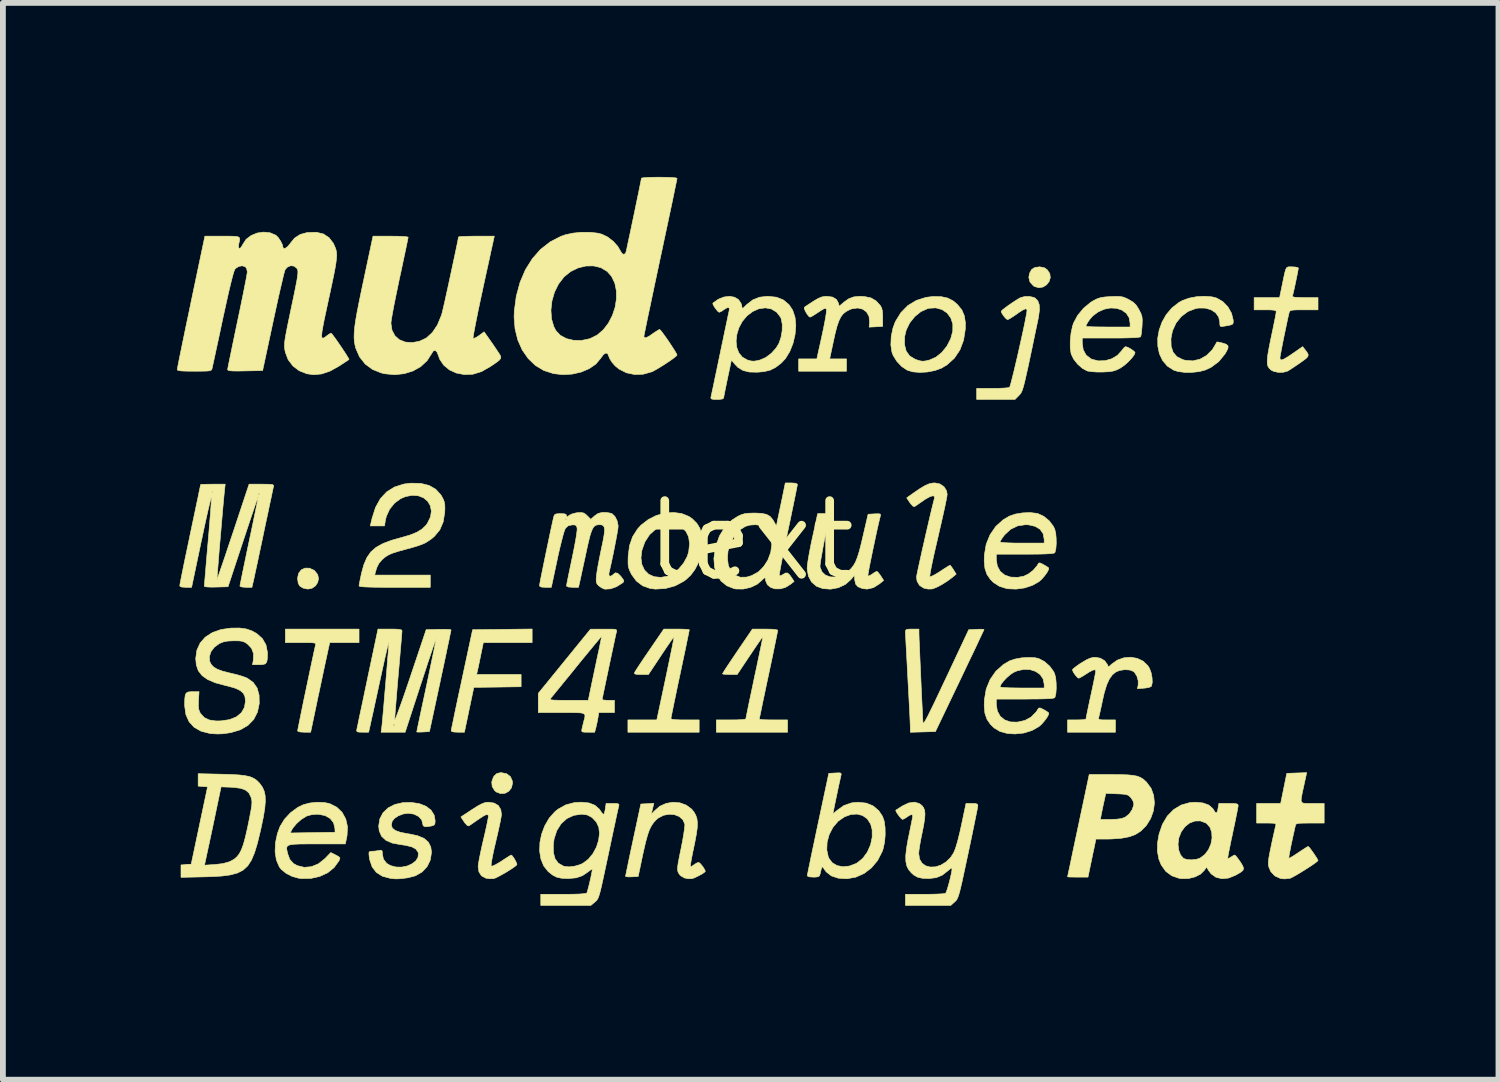
<source format=kicad_pcb>
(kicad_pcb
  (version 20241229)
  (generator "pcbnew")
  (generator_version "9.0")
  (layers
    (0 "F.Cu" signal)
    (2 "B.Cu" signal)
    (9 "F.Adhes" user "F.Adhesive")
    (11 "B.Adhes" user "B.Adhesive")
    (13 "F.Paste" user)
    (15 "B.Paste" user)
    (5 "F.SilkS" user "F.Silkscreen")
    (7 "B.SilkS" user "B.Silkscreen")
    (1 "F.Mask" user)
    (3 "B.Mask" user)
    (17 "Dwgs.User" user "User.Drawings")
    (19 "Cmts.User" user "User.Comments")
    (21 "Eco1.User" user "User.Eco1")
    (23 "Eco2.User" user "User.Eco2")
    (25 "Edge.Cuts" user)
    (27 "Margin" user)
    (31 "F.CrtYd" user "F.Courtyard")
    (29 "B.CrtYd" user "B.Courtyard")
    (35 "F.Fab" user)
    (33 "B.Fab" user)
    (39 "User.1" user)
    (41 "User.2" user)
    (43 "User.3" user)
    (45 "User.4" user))
  (footprint "text"
    (layer "F.Cu")
    (at 9.891 6.27)
    (property "Reference" "text" (at 0 0 0) (layer "F.SilkS") (effects (font (size 1.27 1.27) (thickness 0.15))))
    (attr through_hole)
    (fp_poly (pts (xy -4.207 4.018) (xy -4.143 4.067) (xy -4.11 4.141) (xy -4.106 4.18) (xy -4.124 4.26) (xy -4.171 4.32) (xy -4.236 4.355) (xy -4.311 4.36) (xy -4.384 4.333) (xy -4.414 4.308) (xy -4.457 4.238) (xy -4.464 4.157) (xy -4.436 4.077) (xy -4.422 4.056) (xy -4.379 4.016) (xy -4.322 4.001) (xy -4.294 4) (xy -4.207 4.018)) (stroke (width 0.01) (type solid)) (fill yes) (layer "F.SilkS"))
    (fp_poly (pts (xy 5.065 -4.703) (xy 5.113 -4.668) (xy 5.156 -4.602) (xy 5.164 -4.532) (xy 5.143 -4.466) (xy 5.1 -4.411) (xy 5.04 -4.373) (xy 4.971 -4.36) (xy 4.897 -4.379) (xy 4.872 -4.394) (xy 4.814 -4.458) (xy 4.794 -4.538) (xy 4.806 -4.607) (xy 4.841 -4.673) (xy 4.896 -4.709) (xy 4.98 -4.72) (xy 4.984 -4.72) (xy 5.065 -4.703)) (stroke (width 0.01) (type solid)) (fill yes) (layer "F.SilkS"))
    (fp_poly (pts (xy -7.607 0.474) (xy -7.53 0.509) (xy -7.516 0.52) (xy -7.465 0.584) (xy -7.45 0.654) (xy -7.465 0.721) (xy -7.503 0.779) (xy -7.562 0.82) (xy -7.634 0.835) (xy -7.715 0.818) (xy -7.717 0.817) (xy -7.772 0.783) (xy -7.8 0.736) (xy -7.81 0.662) (xy -7.811 0.643) (xy -7.793 0.562) (xy -7.748 0.504) (xy -7.683 0.473) (xy -7.607 0.474)) (stroke (width 0.01) (type solid)) (fill yes) (layer "F.SilkS"))
    (fp_poly (pts (xy -3.768 1.757) (xy -4.609 1.757) (xy -4.656 1.984) (xy -4.676 2.082) (xy -4.694 2.169) (xy -4.708 2.233) (xy -4.714 2.26) (xy -4.725 2.307) (xy -3.958 2.307) (xy -3.958 2.518) (xy -4.365 2.524) (xy -4.773 2.529) (xy -4.829 2.794) (xy -4.853 2.908) (xy -4.876 3.02) (xy -4.896 3.116) (xy -4.91 3.18) (xy -4.935 3.302) (xy -5.05 3.302) (xy -5.124 3.298) (xy -5.16 3.285) (xy -5.163 3.276) (xy -5.159 3.25) (xy -5.146 3.187) (xy -5.126 3.092) (xy -5.101 2.969) (xy -5.07 2.822) (xy -5.035 2.657) (xy -4.996 2.477) (xy -4.978 2.392) (xy -4.794 1.535) (xy -4.281 1.529) (xy -3.768 1.523) (xy -3.768 1.757)) (stroke (width 0.01) (type solid)) (fill yes) (layer "F.SilkS"))
    (fp_poly (pts (xy -6.752 1.757) (xy -7.257 1.757) (xy -7.289 1.9) (xy -7.301 1.957) (xy -7.321 2.049) (xy -7.347 2.169) (xy -7.377 2.311) (xy -7.41 2.467) (xy -7.445 2.632) (xy -7.454 2.672) (xy -7.586 3.302) (xy -7.698 3.302) (xy -7.773 3.297) (xy -7.808 3.283) (xy -7.81 3.276) (xy -7.806 3.251) (xy -7.794 3.191) (xy -7.776 3.101) (xy -7.753 2.987) (xy -7.726 2.854) (xy -7.696 2.709) (xy -7.664 2.558) (xy -7.632 2.405) (xy -7.601 2.257) (xy -7.572 2.12) (xy -7.546 1.999) (xy -7.525 1.9) (xy -7.509 1.829) (xy -7.503 1.804) (xy -7.5 1.785) (xy -7.505 1.771) (xy -7.525 1.763) (xy -7.568 1.759) (xy -7.638 1.757) (xy -7.744 1.757) (xy -7.757 1.757) (xy -8.022 1.757) (xy -8.022 1.524) (xy -6.752 1.524) (xy -6.752 1.757)) (stroke (width 0.01) (type solid)) (fill yes) (layer "F.SilkS"))
    (fp_poly (pts (xy -1.187 1.525) (xy -1.115 1.528) (xy -1.069 1.533) (xy -1.058 1.537) (xy -1.063 1.56) (xy -1.075 1.62) (xy -1.094 1.712) (xy -1.118 1.831) (xy -1.148 1.972) (xy -1.182 2.132) (xy -1.217 2.299) (xy -1.254 2.471) (xy -1.287 2.631) (xy -1.317 2.773) (xy -1.341 2.892) (xy -1.36 2.985) (xy -1.372 3.045) (xy -1.376 3.068) (xy -1.355 3.079) (xy -1.296 3.086) (xy -1.201 3.09) (xy -1.132 3.09) (xy -0.889 3.09) (xy -0.889 3.302) (xy -2.117 3.302) (xy -2.117 3.09) (xy -1.619 3.09) (xy -1.467 2.376) (xy -1.432 2.208) (xy -1.4 2.054) (xy -1.372 1.919) (xy -1.349 1.807) (xy -1.333 1.722) (xy -1.323 1.671) (xy -1.322 1.656) (xy -1.334 1.671) (xy -1.367 1.716) (xy -1.415 1.786) (xy -1.475 1.874) (xy -1.544 1.977) (xy -1.545 1.979) (xy -1.763 2.307) (xy -1.889 2.307) (xy -1.96 2.305) (xy -1.996 2.298) (xy -2.005 2.284) (xy -2.003 2.275) (xy -1.988 2.249) (xy -1.952 2.193) (xy -1.9 2.114) (xy -1.836 2.018) (xy -1.762 1.91) (xy -1.744 1.884) (xy -1.498 1.524) (xy -1.278 1.524) (xy -1.187 1.525)) (stroke (width 0.01) (type solid)) (fill yes) (layer "F.SilkS"))
    (fp_poly (pts (xy 2.9 1.593) (xy 2.901 1.629) (xy 2.903 1.7) (xy 2.908 1.802) (xy 2.913 1.928) (xy 2.919 2.071) (xy 2.926 2.226) (xy 2.933 2.387) (xy 2.94 2.546) (xy 2.947 2.699) (xy 2.954 2.838) (xy 2.96 2.958) (xy 2.964 3.053) (xy 2.968 3.117) (xy 2.969 3.132) (xy 2.973 3.144) (xy 2.982 3.142) (xy 2.998 3.121) (xy 3.022 3.08) (xy 3.057 3.015) (xy 3.102 2.923) (xy 3.161 2.803) (xy 3.233 2.651) (xy 3.321 2.464) (xy 3.366 2.37) (xy 3.758 1.535) (xy 3.89 1.528) (xy 3.958 1.526) (xy 4.006 1.528) (xy 4.022 1.531) (xy 4.013 1.552) (xy 3.987 1.607) (xy 3.947 1.692) (xy 3.895 1.804) (xy 3.831 1.939) (xy 3.757 2.092) (xy 3.677 2.261) (xy 3.603 2.416) (xy 3.184 3.291) (xy 2.752 3.303) (xy 2.751 3.223) (xy 2.75 3.184) (xy 2.747 3.108) (xy 2.742 3) (xy 2.735 2.866) (xy 2.727 2.712) (xy 2.718 2.542) (xy 2.709 2.381) (xy 2.7 2.204) (xy 2.691 2.039) (xy 2.683 1.891) (xy 2.676 1.765) (xy 2.671 1.666) (xy 2.668 1.6) (xy 2.667 1.572) (xy 2.671 1.544) (xy 2.689 1.53) (xy 2.732 1.525) (xy 2.783 1.524) (xy 2.9 1.524) (xy 2.9 1.593)) (stroke (width 0.01) (type solid)) (fill yes) (layer "F.SilkS"))
    (fp_poly (pts (xy 3.279 -4.207) (xy 3.395 -4.182) (xy 3.493 -4.131) (xy 3.563 -4.071) (xy 3.638 -3.979) (xy 3.682 -3.877) (xy 3.701 -3.754) (xy 3.699 -3.646) (xy 3.669 -3.455) (xy 3.606 -3.288) (xy 3.511 -3.146) (xy 3.386 -3.033) (xy 3.288 -2.974) (xy 3.176 -2.933) (xy 3.048 -2.908) (xy 2.916 -2.9) (xy 2.794 -2.91) (xy 2.698 -2.939) (xy 2.603 -3.002) (xy 2.518 -3.092) (xy 2.454 -3.196) (xy 2.434 -3.251) (xy 2.415 -3.377) (xy 2.416 -3.379) (xy 2.651 -3.379) (xy 2.68 -3.267) (xy 2.741 -3.183) (xy 2.835 -3.127) (xy 2.847 -3.122) (xy 2.912 -3.101) (xy 2.961 -3.093) (xy 3.013 -3.098) (xy 3.082 -3.114) (xy 3.193 -3.163) (xy 3.296 -3.246) (xy 3.383 -3.355) (xy 3.448 -3.482) (xy 3.483 -3.612) (xy 3.484 -3.733) (xy 3.449 -3.839) (xy 3.385 -3.925) (xy 3.297 -3.984) (xy 3.191 -4.013) (xy 3.072 -4.006) (xy 3.051 -4.001) (xy 2.934 -3.949) (xy 2.829 -3.864) (xy 2.741 -3.755) (xy 2.68 -3.63) (xy 2.653 -3.518) (xy 2.651 -3.379) (xy 2.416 -3.379) (xy 2.422 -3.52) (xy 2.452 -3.664) (xy 2.493 -3.775) (xy 2.588 -3.93) (xy 2.709 -4.053) (xy 2.854 -4.141) (xy 3.021 -4.194) (xy 3.135 -4.208) (xy 3.279 -4.207)) (stroke (width 0.01) (type solid)) (fill yes) (layer "F.SilkS"))
    (fp_poly (pts (xy -1.192 -0.468) (xy -1.067 -0.418) (xy -1.007 -0.377) (xy -0.929 -0.299) (xy -0.877 -0.214) (xy -0.847 -0.111) (xy -0.837 0.021) (xy -0.837 0.053) (xy -0.839 0.154) (xy -0.847 0.229) (xy -0.864 0.294) (xy -0.893 0.363) (xy -0.896 0.37) (xy -0.962 0.497) (xy -1.033 0.593) (xy -1.116 0.671) (xy -1.154 0.699) (xy -1.305 0.779) (xy -1.472 0.825) (xy -1.643 0.835) (xy -1.736 0.823) (xy -1.863 0.778) (xy -1.971 0.696) (xy -2.055 0.582) (xy -2.06 0.571) (xy -2.089 0.511) (xy -2.106 0.461) (xy -2.114 0.405) (xy -2.114 0.331) (xy -2.113 0.298) (xy -1.892 0.298) (xy -1.876 0.412) (xy -1.831 0.507) (xy -1.76 0.578) (xy -1.666 0.621) (xy -1.551 0.633) (xy -1.437 0.613) (xy -1.337 0.567) (xy -1.241 0.488) (xy -1.157 0.387) (xy -1.095 0.274) (xy -1.069 0.192) (xy -1.054 0.051) (xy -1.071 -0.068) (xy -1.119 -0.163) (xy -1.195 -0.231) (xy -1.298 -0.269) (xy -1.374 -0.275) (xy -1.514 -0.255) (xy -1.639 -0.197) (xy -1.743 -0.104) (xy -1.824 0.021) (xy -1.827 0.028) (xy -1.877 0.169) (xy -1.892 0.298) (xy -2.113 0.298) (xy -2.112 0.265) (xy -2.089 0.085) (xy -2.036 -0.068) (xy -1.951 -0.201) (xy -1.89 -0.268) (xy -1.766 -0.364) (xy -1.627 -0.434) (xy -1.48 -0.475) (xy -1.332 -0.486) (xy -1.192 -0.468)) (stroke (width 0.01) (type solid)) (fill yes) (layer "F.SilkS"))
    (fp_poly (pts (xy 0.353 1.526) (xy 0.425 1.532) (xy 0.462 1.541) (xy 0.466 1.546) (xy 0.461 1.571) (xy 0.449 1.633) (xy 0.43 1.726) (xy 0.405 1.847) (xy 0.376 1.99) (xy 0.342 2.15) (xy 0.307 2.316) (xy 0.27 2.488) (xy 0.237 2.646) (xy 0.207 2.787) (xy 0.183 2.906) (xy 0.164 2.996) (xy 0.152 3.055) (xy 0.148 3.077) (xy 0.168 3.082) (xy 0.222 3.087) (xy 0.301 3.089) (xy 0.392 3.09) (xy 0.635 3.09) (xy 0.635 3.302) (xy -0.593 3.302) (xy -0.593 3.09) (xy -0.339 3.09) (xy -0.241 3.089) (xy -0.16 3.085) (xy -0.105 3.08) (xy -0.085 3.074) (xy -0.085 3.073) (xy -0.08 3.049) (xy -0.068 2.989) (xy -0.049 2.897) (xy -0.025 2.778) (xy 0.005 2.638) (xy 0.038 2.481) (xy 0.063 2.359) (xy 0.099 2.193) (xy 0.131 2.041) (xy 0.159 1.907) (xy 0.182 1.796) (xy 0.199 1.713) (xy 0.209 1.664) (xy 0.212 1.651) (xy 0.201 1.664) (xy 0.17 1.708) (xy 0.123 1.776) (xy 0.063 1.864) (xy -0.006 1.967) (xy -0.011 1.974) (xy -0.233 2.307) (xy -0.36 2.307) (xy -0.427 2.305) (xy -0.473 2.301) (xy -0.487 2.295) (xy -0.475 2.275) (xy -0.444 2.225) (xy -0.395 2.15) (xy -0.332 2.056) (xy -0.26 1.949) (xy -0.229 1.903) (xy 0.029 1.524) (xy 0.247 1.524) (xy 0.353 1.526)) (stroke (width 0.01) (type solid)) (fill yes) (layer "F.SilkS"))
    (fp_poly (pts (xy 4.876 -4.194) (xy 4.905 -4.18) (xy 4.949 -4.134) (xy 4.973 -4.068) (xy 4.977 -3.977) (xy 4.961 -3.856) (xy 4.951 -3.805) (xy 4.897 -3.549) (xy 4.852 -3.331) (xy 4.813 -3.147) (xy 4.781 -2.996) (xy 4.753 -2.872) (xy 4.731 -2.774) (xy 4.712 -2.697) (xy 4.696 -2.639) (xy 4.682 -2.596) (xy 4.669 -2.565) (xy 4.656 -2.542) (xy 4.644 -2.525) (xy 4.629 -2.509) (xy 4.623 -2.503) (xy 4.555 -2.434) (xy 3.895 -2.434) (xy 3.895 -2.625) (xy 4.165 -2.625) (xy 4.269 -2.626) (xy 4.359 -2.63) (xy 4.426 -2.635) (xy 4.46 -2.642) (xy 4.461 -2.642) (xy 4.471 -2.666) (xy 4.488 -2.724) (xy 4.51 -2.812) (xy 4.538 -2.923) (xy 4.568 -3.051) (xy 4.601 -3.19) (xy 4.633 -3.334) (xy 4.665 -3.477) (xy 4.695 -3.613) (xy 4.721 -3.735) (xy 4.741 -3.839) (xy 4.756 -3.916) (xy 4.762 -3.963) (xy 4.763 -3.969) (xy 4.756 -3.993) (xy 4.734 -3.996) (xy 4.69 -3.976) (xy 4.621 -3.932) (xy 4.584 -3.905) (xy 4.517 -3.86) (xy 4.463 -3.826) (xy 4.431 -3.81) (xy 4.428 -3.81) (xy 4.402 -3.826) (xy 4.368 -3.864) (xy 4.336 -3.909) (xy 4.319 -3.946) (xy 4.318 -3.952) (xy 4.334 -3.972) (xy 4.377 -4.007) (xy 4.438 -4.052) (xy 4.507 -4.1) (xy 4.576 -4.145) (xy 4.635 -4.181) (xy 4.65 -4.188) (xy 4.72 -4.208) (xy 4.802 -4.21) (xy 4.876 -4.194)) (stroke (width 0.01) (type solid)) (fill yes) (layer "F.SilkS"))
    (fp_poly (pts (xy 1.41 -4.199) (xy 1.478 -4.158) (xy 1.512 -4.095) (xy 1.525 -4.041) (xy 1.613 -4.116) (xy 1.692 -4.171) (xy 1.776 -4.202) (xy 1.877 -4.212) (xy 1.96 -4.208) (xy 2.072 -4.185) (xy 2.161 -4.133) (xy 2.232 -4.056) (xy 2.257 -4.012) (xy 2.27 -3.957) (xy 2.275 -3.878) (xy 2.275 -3.846) (xy 2.275 -3.694) (xy 2.159 -3.687) (xy 2.042 -3.681) (xy 2.049 -3.774) (xy 2.039 -3.868) (xy 1.997 -3.942) (xy 1.93 -3.991) (xy 1.844 -4.011) (xy 1.745 -3.997) (xy 1.707 -3.983) (xy 1.646 -3.951) (xy 1.596 -3.912) (xy 1.555 -3.86) (xy 1.52 -3.789) (xy 1.487 -3.694) (xy 1.454 -3.567) (xy 1.421 -3.415) (xy 1.361 -3.133) (xy 1.651 -3.133) (xy 1.651 -2.921) (xy 0.826 -2.921) (xy 0.826 -3.133) (xy 1.14 -3.133) (xy 1.171 -3.276) (xy 1.217 -3.482) (xy 1.253 -3.65) (xy 1.279 -3.782) (xy 1.296 -3.88) (xy 1.305 -3.946) (xy 1.306 -3.983) (xy 1.305 -3.989) (xy 1.293 -4.004) (xy 1.269 -4.001) (xy 1.225 -3.977) (xy 1.166 -3.938) (xy 1.101 -3.896) (xy 1.051 -3.865) (xy 1.023 -3.853) (xy 1.022 -3.853) (xy 0.999 -3.869) (xy 0.969 -3.909) (xy 0.941 -3.957) (xy 0.924 -4) (xy 0.924 -4.022) (xy 0.95 -4.041) (xy 1.001 -4.075) (xy 1.067 -4.118) (xy 1.077 -4.125) (xy 1.16 -4.174) (xy 1.224 -4.201) (xy 1.285 -4.211) (xy 1.311 -4.212) (xy 1.41 -4.199)) (stroke (width 0.01) (type solid)) (fill yes) (layer "F.SilkS"))
    (fp_poly (pts (xy 6.373 4.033) (xy 6.496 4.037) (xy 6.59 4.046) (xy 6.662 4.06) (xy 6.719 4.082) (xy 6.768 4.113) (xy 6.814 4.154) (xy 6.824 4.164) (xy 6.902 4.27) (xy 6.946 4.392) (xy 6.959 4.524) (xy 6.941 4.659) (xy 6.894 4.79) (xy 6.821 4.908) (xy 6.722 5.008) (xy 6.63 5.066) (xy 6.526 5.104) (xy 6.388 5.13) (xy 6.223 5.142) (xy 6.15 5.144) (xy 5.951 5.144) (xy 5.93 5.244) (xy 5.917 5.308) (xy 5.897 5.399) (xy 5.876 5.503) (xy 5.861 5.572) (xy 5.814 5.8) (xy 5.637 5.8) (xy 5.557 5.799) (xy 5.496 5.798) (xy 5.464 5.795) (xy 5.462 5.794) (xy 5.466 5.773) (xy 5.478 5.715) (xy 5.498 5.624) (xy 5.523 5.504) (xy 5.553 5.36) (xy 5.588 5.196) (xy 5.626 5.017) (xy 5.649 4.911) (xy 5.671 4.805) (xy 6.028 4.805) (xy 6.205 4.805) (xy 6.314 4.801) (xy 6.393 4.79) (xy 6.453 4.768) (xy 6.456 4.766) (xy 6.523 4.713) (xy 6.575 4.638) (xy 6.602 4.559) (xy 6.604 4.536) (xy 6.591 4.489) (xy 6.558 4.436) (xy 6.553 4.43) (xy 6.525 4.402) (xy 6.496 4.384) (xy 6.453 4.373) (xy 6.388 4.367) (xy 6.312 4.364) (xy 6.121 4.356) (xy 6.089 4.501) (xy 6.07 4.588) (xy 6.053 4.671) (xy 6.042 4.725) (xy 6.028 4.805) (xy 5.671 4.805) (xy 5.835 4.032) (xy 6.214 4.032) (xy 6.373 4.033)) (stroke (width 0.01) (type solid)) (fill yes) (layer "F.SilkS"))
    (fp_poly (pts (xy 7.951 -4.203) (xy 8.032 -4.182) (xy 8.138 -4.121) (xy 8.226 -4.03) (xy 8.288 -3.92) (xy 8.317 -3.802) (xy 8.318 -3.773) (xy 8.316 -3.748) (xy 8.302 -3.73) (xy 8.269 -3.717) (xy 8.207 -3.705) (xy 8.154 -3.696) (xy 8.111 -3.69) (xy 8.091 -3.702) (xy 8.086 -3.74) (xy 8.086 -3.77) (xy 8.066 -3.857) (xy 8.014 -3.929) (xy 7.934 -3.981) (xy 7.834 -4.009) (xy 7.722 -4.01) (xy 7.673 -4.002) (xy 7.538 -3.951) (xy 7.423 -3.865) (xy 7.332 -3.752) (xy 7.27 -3.617) (xy 7.244 -3.483) (xy 7.247 -3.351) (xy 7.281 -3.248) (xy 7.346 -3.172) (xy 7.444 -3.122) (xy 7.487 -3.11) (xy 7.618 -3.099) (xy 7.744 -3.128) (xy 7.859 -3.193) (xy 7.957 -3.291) (xy 8.033 -3.418) (xy 8.035 -3.425) (xy 8.056 -3.424) (xy 8.103 -3.414) (xy 8.136 -3.406) (xy 8.198 -3.385) (xy 8.228 -3.358) (xy 8.227 -3.316) (xy 8.196 -3.253) (xy 8.173 -3.215) (xy 8.067 -3.086) (xy 7.933 -2.987) (xy 7.836 -2.942) (xy 7.73 -2.914) (xy 7.606 -2.901) (xy 7.48 -2.901) (xy 7.366 -2.916) (xy 7.292 -2.939) (xy 7.181 -3.01) (xy 7.099 -3.107) (xy 7.045 -3.222) (xy 7.018 -3.352) (xy 7.016 -3.49) (xy 7.041 -3.63) (xy 7.09 -3.767) (xy 7.163 -3.896) (xy 7.259 -4.01) (xy 7.378 -4.104) (xy 7.445 -4.141) (xy 7.557 -4.181) (xy 7.689 -4.206) (xy 7.825 -4.213) (xy 7.951 -4.203)) (stroke (width 0.01) (type solid)) (fill yes) (layer "F.SilkS"))
    (fp_poly (pts (xy -9.118 4.026) (xy -8.948 4.031) (xy -8.814 4.039) (xy -8.71 4.052) (xy -8.63 4.07) (xy -8.567 4.097) (xy -8.516 4.132) (xy -8.47 4.178) (xy -8.461 4.189) (xy -8.417 4.25) (xy -8.387 4.318) (xy -8.37 4.397) (xy -8.367 4.493) (xy -8.377 4.612) (xy -8.4 4.757) (xy -8.437 4.936) (xy -8.455 5.016) (xy -8.504 5.217) (xy -8.553 5.379) (xy -8.607 5.507) (xy -8.67 5.605) (xy -8.749 5.678) (xy -8.848 5.729) (xy -8.971 5.762) (xy -9.124 5.782) (xy -9.312 5.792) (xy -9.403 5.795) (xy -9.821 5.804) (xy -9.821 5.594) (xy -9.416 5.594) (xy -9.239 5.583) (xy -9.1 5.567) (xy -8.993 5.537) (xy -8.964 5.524) (xy -8.906 5.492) (xy -8.858 5.451) (xy -8.816 5.398) (xy -8.779 5.327) (xy -8.745 5.234) (xy -8.712 5.114) (xy -8.677 4.962) (xy -8.638 4.774) (xy -8.635 4.755) (xy -8.614 4.646) (xy -8.602 4.569) (xy -8.598 4.514) (xy -8.601 4.472) (xy -8.611 4.432) (xy -8.616 4.417) (xy -8.651 4.348) (xy -8.706 4.301) (xy -8.787 4.27) (xy -8.9 4.254) (xy -8.962 4.25) (xy -9.13 4.244) (xy -9.21 4.625) (xy -9.241 4.775) (xy -9.275 4.937) (xy -9.309 5.096) (xy -9.339 5.237) (xy -9.353 5.3) (xy -9.416 5.594) (xy -9.821 5.594) (xy -9.821 5.59) (xy -9.733 5.584) (xy -9.645 5.577) (xy -9.363 4.244) (xy -9.525 4.231) (xy -9.525 4.017) (xy -9.118 4.026)) (stroke (width 0.01) (type solid)) (fill yes) (layer "F.SilkS"))
    (fp_poly (pts (xy -4.424 4.523) (xy -4.35 4.566) (xy -4.308 4.638) (xy -4.297 4.72) (xy -4.302 4.759) (xy -4.315 4.832) (xy -4.336 4.93) (xy -4.362 5.048) (xy -4.392 5.176) (xy -4.394 5.186) (xy -4.426 5.321) (xy -4.45 5.436) (xy -4.467 5.527) (xy -4.475 5.587) (xy -4.473 5.611) (xy -4.448 5.608) (xy -4.396 5.584) (xy -4.324 5.542) (xy -4.296 5.524) (xy -4.225 5.477) (xy -4.168 5.441) (xy -4.133 5.421) (xy -4.128 5.419) (xy -4.108 5.436) (xy -4.079 5.476) (xy -4.052 5.525) (xy -4.033 5.567) (xy -4.031 5.586) (xy -4.059 5.612) (xy -4.114 5.651) (xy -4.186 5.697) (xy -4.265 5.744) (xy -4.34 5.785) (xy -4.401 5.815) (xy -4.434 5.826) (xy -4.502 5.828) (xy -4.566 5.818) (xy -4.641 5.778) (xy -4.685 5.709) (xy -4.699 5.62) (xy -4.694 5.573) (xy -4.68 5.492) (xy -4.659 5.387) (xy -4.633 5.266) (xy -4.605 5.145) (xy -4.576 5.022) (xy -4.552 4.913) (xy -4.534 4.825) (xy -4.523 4.764) (xy -4.521 4.738) (xy -4.522 4.737) (xy -4.539 4.723) (xy -4.567 4.726) (xy -4.613 4.75) (xy -4.684 4.797) (xy -4.706 4.812) (xy -4.772 4.858) (xy -4.827 4.896) (xy -4.858 4.916) (xy -4.86 4.918) (xy -4.885 4.91) (xy -4.921 4.873) (xy -4.94 4.847) (xy -4.996 4.762) (xy -4.803 4.635) (xy -4.707 4.574) (xy -4.635 4.536) (xy -4.58 4.515) (xy -4.532 4.509) (xy -4.528 4.508) (xy -4.424 4.523)) (stroke (width 0.01) (type solid)) (fill yes) (layer "F.SilkS"))
    (fp_poly (pts (xy -7.349 4.514) (xy -7.258 4.533) (xy -7.137 4.594) (xy -7.043 4.684) (xy -6.981 4.798) (xy -6.951 4.931) (xy -6.958 5.078) (xy -6.963 5.108) (xy -6.988 5.228) (xy -7.482 5.228) (xy -7.647 5.228) (xy -7.774 5.229) (xy -7.868 5.233) (xy -7.933 5.241) (xy -7.973 5.254) (xy -7.994 5.274) (xy -8 5.303) (xy -7.994 5.342) (xy -7.983 5.393) (xy -7.982 5.397) (xy -7.945 5.496) (xy -7.88 5.567) (xy -7.816 5.602) (xy -7.696 5.631) (xy -7.573 5.62) (xy -7.453 5.571) (xy -7.343 5.484) (xy -7.339 5.48) (xy -7.238 5.376) (xy -7.154 5.419) (xy -7.102 5.447) (xy -7.082 5.468) (xy -7.087 5.496) (xy -7.101 5.523) (xy -7.182 5.635) (xy -7.293 5.725) (xy -7.429 5.788) (xy -7.581 5.822) (xy -7.745 5.824) (xy -7.795 5.818) (xy -7.907 5.787) (xy -8.011 5.733) (xy -8.095 5.664) (xy -8.126 5.623) (xy -8.177 5.504) (xy -8.199 5.362) (xy -8.192 5.207) (xy -8.158 5.046) (xy -8.155 5.039) (xy -7.939 5.039) (xy -7.552 5.033) (xy -7.165 5.027) (xy -7.168 4.958) (xy -7.191 4.863) (xy -7.249 4.789) (xy -7.336 4.739) (xy -7.449 4.717) (xy -7.484 4.716) (xy -7.564 4.723) (xy -7.64 4.742) (xy -7.665 4.753) (xy -7.75 4.807) (xy -7.831 4.879) (xy -7.894 4.955) (xy -7.908 4.98) (xy -7.939 5.039) (xy -8.155 5.039) (xy -8.113 4.926) (xy -8.037 4.802) (xy -7.932 4.689) (xy -7.808 4.598) (xy -7.714 4.552) (xy -7.6 4.522) (xy -7.473 4.509) (xy -7.349 4.514)) (stroke (width 0.01) (type solid)) (fill yes) (layer "F.SilkS"))
    (fp_poly (pts (xy 3.262 -0.977) (xy 3.332 -0.929) (xy 3.376 -0.86) (xy 3.386 -0.801) (xy 3.382 -0.763) (xy 3.368 -0.69) (xy 3.347 -0.587) (xy 3.319 -0.46) (xy 3.286 -0.313) (xy 3.249 -0.153) (xy 3.229 -0.064) (xy 3.191 0.098) (xy 3.157 0.247) (xy 3.129 0.377) (xy 3.107 0.485) (xy 3.093 0.564) (xy 3.087 0.61) (xy 3.088 0.62) (xy 3.112 0.616) (xy 3.161 0.593) (xy 3.228 0.554) (xy 3.265 0.53) (xy 3.336 0.483) (xy 3.394 0.447) (xy 3.429 0.426) (xy 3.436 0.423) (xy 3.452 0.44) (xy 3.482 0.481) (xy 3.494 0.5) (xy 3.542 0.577) (xy 3.47 0.637) (xy 3.384 0.7) (xy 3.292 0.758) (xy 3.204 0.804) (xy 3.134 0.831) (xy 3.122 0.833) (xy 3.057 0.834) (xy 2.988 0.82) (xy 2.985 0.819) (xy 2.912 0.773) (xy 2.868 0.7) (xy 2.858 0.632) (xy 2.862 0.602) (xy 2.875 0.536) (xy 2.895 0.442) (xy 2.921 0.325) (xy 2.95 0.192) (xy 2.983 0.048) (xy 3.016 -0.099) (xy 3.05 -0.245) (xy 3.082 -0.383) (xy 3.111 -0.506) (xy 3.136 -0.609) (xy 3.155 -0.685) (xy 3.166 -0.725) (xy 3.167 -0.763) (xy 3.139 -0.774) (xy 3.086 -0.757) (xy 3.01 -0.715) (xy 2.98 -0.694) (xy 2.913 -0.648) (xy 2.858 -0.61) (xy 2.825 -0.588) (xy 2.823 -0.587) (xy 2.797 -0.594) (xy 2.761 -0.632) (xy 2.744 -0.655) (xy 2.689 -0.738) (xy 2.821 -0.832) (xy 2.926 -0.903) (xy 3.008 -0.951) (xy 3.075 -0.98) (xy 3.136 -0.993) (xy 3.176 -0.995) (xy 3.262 -0.977)) (stroke (width 0.01) (type solid)) (fill yes) (layer "F.SilkS"))
    (fp_poly (pts (xy -5.687 -0.987) (xy -5.545 -0.952) (xy -5.43 -0.886) (xy -5.341 -0.789) (xy -5.31 -0.735) (xy -5.286 -0.679) (xy -5.274 -0.622) (xy -5.272 -0.548) (xy -5.275 -0.487) (xy -5.301 -0.324) (xy -5.36 -0.186) (xy -5.453 -0.074) (xy -5.504 -0.031) (xy -5.559 0.007) (xy -5.609 0.038) (xy -5.665 0.063) (xy -5.735 0.088) (xy -5.828 0.116) (xy -5.952 0.15) (xy -6.079 0.185) (xy -6.172 0.215) (xy -6.242 0.245) (xy -6.296 0.278) (xy -6.344 0.318) (xy -6.358 0.331) (xy -6.411 0.394) (xy -6.447 0.467) (xy -6.469 0.541) (xy -6.482 0.593) (xy -5.524 0.593) (xy -5.524 0.804) (xy -6.138 0.804) (xy -6.324 0.804) (xy -6.471 0.803) (xy -6.582 0.8) (xy -6.663 0.797) (xy -6.715 0.792) (xy -6.744 0.786) (xy -6.752 0.778) (xy -6.747 0.746) (xy -6.735 0.685) (xy -6.718 0.603) (xy -6.71 0.563) (xy -6.669 0.414) (xy -6.617 0.293) (xy -6.549 0.195) (xy -6.458 0.115) (xy -6.34 0.05) (xy -6.19 -0.007) (xy -6.032 -0.051) (xy -5.877 -0.096) (xy -5.757 -0.144) (xy -5.667 -0.199) (xy -5.6 -0.263) (xy -5.574 -0.298) (xy -5.52 -0.408) (xy -5.505 -0.51) (xy -5.523 -0.603) (xy -5.569 -0.68) (xy -5.64 -0.739) (xy -5.731 -0.774) (xy -5.837 -0.782) (xy -5.954 -0.759) (xy -6.035 -0.724) (xy -6.139 -0.648) (xy -6.224 -0.543) (xy -6.281 -0.42) (xy -6.299 -0.346) (xy -6.312 -0.254) (xy -6.558 -0.254) (xy -6.527 -0.386) (xy -6.468 -0.572) (xy -6.384 -0.724) (xy -6.275 -0.841) (xy -6.14 -0.925) (xy -5.979 -0.976) (xy -5.858 -0.991) (xy -5.687 -0.987)) (stroke (width 0.01) (type solid)) (fill yes) (layer "F.SilkS"))
    (fp_poly (pts (xy 9.534 4.227) (xy 9.508 4.346) (xy 9.492 4.428) (xy 9.488 4.482) (xy 9.501 4.513) (xy 9.533 4.527) (xy 9.588 4.53) (xy 9.668 4.53) (xy 9.684 4.53) (xy 9.885 4.53) (xy 9.885 4.868) (xy 9.642 4.868) (xy 9.537 4.869) (xy 9.468 4.871) (xy 9.425 4.876) (xy 9.402 4.886) (xy 9.392 4.902) (xy 9.388 4.916) (xy 9.348 5.095) (xy 9.316 5.243) (xy 9.294 5.355) (xy 9.28 5.432) (xy 9.276 5.47) (xy 9.277 5.474) (xy 9.297 5.467) (xy 9.344 5.441) (xy 9.408 5.399) (xy 9.441 5.377) (xy 9.512 5.33) (xy 9.569 5.293) (xy 9.604 5.273) (xy 9.61 5.271) (xy 9.628 5.287) (xy 9.659 5.327) (xy 9.698 5.381) (xy 9.736 5.438) (xy 9.766 5.485) (xy 9.779 5.513) (xy 9.779 5.514) (xy 9.762 5.532) (xy 9.717 5.566) (xy 9.651 5.611) (xy 9.573 5.661) (xy 9.491 5.712) (xy 9.414 5.759) (xy 9.349 5.795) (xy 9.305 5.817) (xy 9.292 5.821) (xy 9.243 5.825) (xy 9.225 5.829) (xy 9.186 5.83) (xy 9.13 5.822) (xy 9.127 5.821) (xy 9.035 5.779) (xy 8.965 5.705) (xy 8.932 5.627) (xy 8.924 5.587) (xy 8.924 5.539) (xy 8.931 5.473) (xy 8.947 5.384) (xy 8.972 5.262) (xy 8.975 5.245) (xy 8.999 5.135) (xy 9.021 5.037) (xy 9.038 4.96) (xy 9.049 4.914) (xy 9.051 4.905) (xy 9.053 4.887) (xy 9.038 4.876) (xy 8.999 4.87) (xy 8.929 4.868) (xy 8.891 4.868) (xy 8.721 4.868) (xy 8.721 4.53) (xy 9.135 4.53) (xy 9.241 4.011) (xy 9.413 4.005) (xy 9.584 3.999) (xy 9.534 4.227)) (stroke (width 0.01) (type solid)) (fill yes) (layer "F.SilkS"))
    (fp_poly (pts (xy 1.331 -0.464) (xy 1.363 -0.456) (xy 1.37 -0.44) (xy 1.367 -0.429) (xy 1.347 -0.354) (xy 1.324 -0.256) (xy 1.298 -0.141) (xy 1.272 -0.018) (xy 1.248 0.106) (xy 1.227 0.223) (xy 1.209 0.324) (xy 1.198 0.403) (xy 1.194 0.45) (xy 1.195 0.457) (xy 1.229 0.538) (xy 1.289 0.594) (xy 1.37 0.624) (xy 1.464 0.627) (xy 1.562 0.601) (xy 1.658 0.546) (xy 1.684 0.525) (xy 1.732 0.479) (xy 1.772 0.428) (xy 1.807 0.367) (xy 1.838 0.289) (xy 1.87 0.188) (xy 1.904 0.056) (xy 1.933 -0.067) (xy 2.023 -0.455) (xy 2.135 -0.462) (xy 2.2 -0.464) (xy 2.231 -0.459) (xy 2.239 -0.443) (xy 2.236 -0.43) (xy 2.221 -0.372) (xy 2.201 -0.286) (xy 2.177 -0.18) (xy 2.151 -0.059) (xy 2.124 0.068) (xy 2.097 0.196) (xy 2.072 0.318) (xy 2.05 0.427) (xy 2.033 0.516) (xy 2.023 0.578) (xy 2.02 0.608) (xy 2.02 0.609) (xy 2.043 0.606) (xy 2.085 0.582) (xy 2.095 0.575) (xy 2.14 0.545) (xy 2.171 0.53) (xy 2.174 0.529) (xy 2.195 0.546) (xy 2.227 0.587) (xy 2.241 0.607) (xy 2.291 0.685) (xy 2.22 0.744) (xy 2.115 0.81) (xy 2.007 0.835) (xy 1.924 0.825) (xy 1.85 0.795) (xy 1.809 0.75) (xy 1.793 0.679) (xy 1.792 0.67) (xy 1.789 0.596) (xy 1.728 0.669) (xy 1.632 0.754) (xy 1.511 0.811) (xy 1.376 0.836) (xy 1.242 0.826) (xy 1.132 0.785) (xy 1.049 0.713) (xy 0.995 0.613) (xy 0.973 0.489) (xy 0.973 0.476) (xy 0.977 0.423) (xy 0.989 0.336) (xy 1.008 0.225) (xy 1.032 0.098) (xy 1.06 -0.037) (xy 1.063 -0.048) (xy 1.154 -0.466) (xy 1.266 -0.466) (xy 1.331 -0.464)) (stroke (width 0.01) (type solid)) (fill yes) (layer "F.SilkS"))
    (fp_poly (pts (xy 4.9 2.018) (xy 4.964 2.032) (xy 5.062 2.083) (xy 5.153 2.163) (xy 5.222 2.257) (xy 5.24 2.298) (xy 5.257 2.365) (xy 5.265 2.452) (xy 5.267 2.545) (xy 5.261 2.63) (xy 5.247 2.692) (xy 5.241 2.706) (xy 5.219 2.715) (xy 5.164 2.722) (xy 5.074 2.726) (xy 4.946 2.729) (xy 4.779 2.73) (xy 4.73 2.731) (xy 4.233 2.731) (xy 4.233 2.821) (xy 4.251 2.936) (xy 4.3 3.026) (xy 4.377 3.09) (xy 4.478 3.125) (xy 4.597 3.128) (xy 4.727 3.099) (xy 4.832 3.042) (xy 4.921 2.952) (xy 4.951 2.905) (xy 4.967 2.885) (xy 4.99 2.884) (xy 5.033 2.904) (xy 5.048 2.911) (xy 5.099 2.941) (xy 5.132 2.965) (xy 5.137 2.97) (xy 5.133 2.999) (xy 5.107 3.048) (xy 5.065 3.105) (xy 5.016 3.162) (xy 4.968 3.205) (xy 4.849 3.272) (xy 4.707 3.316) (xy 4.554 3.332) (xy 4.422 3.323) (xy 4.296 3.288) (xy 4.196 3.228) (xy 4.132 3.166) (xy 4.072 3.078) (xy 4.037 2.975) (xy 4.025 2.847) (xy 4.028 2.744) (xy 4.059 2.56) (xy 4.075 2.52) (xy 4.297 2.52) (xy 4.317 2.527) (xy 4.374 2.533) (xy 4.461 2.537) (xy 4.574 2.539) (xy 4.678 2.54) (xy 5.059 2.54) (xy 5.059 2.475) (xy 5.04 2.383) (xy 4.989 2.308) (xy 4.912 2.254) (xy 4.816 2.223) (xy 4.708 2.219) (xy 4.595 2.243) (xy 4.532 2.27) (xy 4.475 2.308) (xy 4.413 2.362) (xy 4.357 2.421) (xy 4.315 2.477) (xy 4.297 2.518) (xy 4.297 2.52) (xy 4.075 2.52) (xy 4.126 2.395) (xy 4.225 2.252) (xy 4.353 2.137) (xy 4.463 2.072) (xy 4.556 2.041) (xy 4.671 2.02) (xy 4.791 2.013) (xy 4.9 2.018)) (stroke (width 0.01) (type solid)) (fill yes) (layer "F.SilkS"))
    (fp_poly (pts (xy -5.714 4.533) (xy -5.598 4.578) (xy -5.511 4.645) (xy -5.457 4.731) (xy -5.44 4.826) (xy -5.444 4.88) (xy -5.462 4.905) (xy -5.506 4.919) (xy -5.584 4.931) (xy -5.629 4.927) (xy -5.649 4.907) (xy -5.652 4.888) (xy -5.671 4.814) (xy -5.725 4.754) (xy -5.805 4.714) (xy -5.905 4.699) (xy -5.91 4.699) (xy -5.992 4.712) (xy -6.074 4.743) (xy -6.141 4.787) (xy -6.18 4.836) (xy -6.181 4.838) (xy -6.195 4.903) (xy -6.178 4.955) (xy -6.129 4.995) (xy -6.044 5.026) (xy -5.921 5.051) (xy -5.891 5.055) (xy -5.743 5.086) (xy -5.632 5.132) (xy -5.557 5.197) (xy -5.515 5.281) (xy -5.503 5.372) (xy -5.523 5.504) (xy -5.578 5.618) (xy -5.665 5.711) (xy -5.78 5.777) (xy -5.909 5.811) (xy -6.003 5.823) (xy -6.068 5.829) (xy -6.12 5.83) (xy -6.17 5.826) (xy -6.217 5.82) (xy -6.35 5.784) (xy -6.453 5.719) (xy -6.526 5.624) (xy -6.568 5.5) (xy -6.574 5.466) (xy -6.581 5.402) (xy -6.579 5.369) (xy -6.563 5.357) (xy -6.535 5.355) (xy -6.475 5.351) (xy -6.416 5.342) (xy -6.372 5.336) (xy -6.353 5.35) (xy -6.35 5.395) (xy -6.35 5.401) (xy -6.331 5.492) (xy -6.275 5.563) (xy -6.21 5.601) (xy -6.114 5.626) (xy -6.015 5.627) (xy -5.92 5.608) (xy -5.838 5.57) (xy -5.773 5.52) (xy -5.735 5.458) (xy -5.729 5.39) (xy -5.736 5.366) (xy -5.773 5.316) (xy -5.843 5.278) (xy -5.949 5.252) (xy -6.032 5.24) (xy -6.179 5.213) (xy -6.289 5.165) (xy -6.364 5.095) (xy -6.404 5.002) (xy -6.413 4.918) (xy -6.393 4.795) (xy -6.338 4.69) (xy -6.251 4.607) (xy -6.136 4.548) (xy -5.996 4.516) (xy -5.856 4.512) (xy -5.714 4.533)) (stroke (width 0.01) (type solid)) (fill yes) (layer "F.SilkS"))
    (fp_poly (pts (xy 4.93 -0.471) (xy 4.949 -0.467) (xy 5.051 -0.42) (xy 5.145 -0.343) (xy 5.217 -0.248) (xy 5.24 -0.2) (xy 5.257 -0.133) (xy 5.265 -0.046) (xy 5.267 0.047) (xy 5.261 0.132) (xy 5.247 0.194) (xy 5.241 0.209) (xy 5.219 0.217) (xy 5.164 0.224) (xy 5.074 0.229) (xy 4.946 0.232) (xy 4.779 0.233) (xy 4.73 0.233) (xy 4.233 0.233) (xy 4.233 0.323) (xy 4.251 0.438) (xy 4.301 0.529) (xy 4.379 0.593) (xy 4.481 0.628) (xy 4.604 0.632) (xy 4.709 0.612) (xy 4.789 0.573) (xy 4.87 0.51) (xy 4.935 0.434) (xy 4.947 0.414) (xy 4.964 0.388) (xy 4.983 0.383) (xy 5.019 0.398) (xy 5.048 0.414) (xy 5.099 0.443) (xy 5.132 0.467) (xy 5.137 0.472) (xy 5.133 0.501) (xy 5.107 0.55) (xy 5.065 0.608) (xy 5.016 0.664) (xy 4.968 0.707) (xy 4.855 0.771) (xy 4.719 0.815) (xy 4.573 0.835) (xy 4.433 0.829) (xy 4.41 0.825) (xy 4.286 0.786) (xy 4.186 0.722) (xy 4.132 0.668) (xy 4.072 0.581) (xy 4.037 0.477) (xy 4.025 0.349) (xy 4.028 0.246) (xy 4.059 0.063) (xy 4.075 0.023) (xy 4.297 0.023) (xy 4.317 0.029) (xy 4.374 0.035) (xy 4.461 0.039) (xy 4.574 0.042) (xy 4.678 0.042) (xy 5.059 0.042) (xy 5.059 -0.022) (xy 5.041 -0.12) (xy 4.988 -0.196) (xy 4.903 -0.247) (xy 4.789 -0.273) (xy 4.736 -0.275) (xy 4.601 -0.255) (xy 4.479 -0.196) (xy 4.376 -0.1) (xy 4.366 -0.087) (xy 4.327 -0.033) (xy 4.302 0.009) (xy 4.297 0.023) (xy 4.075 0.023) (xy 4.126 -0.102) (xy 4.224 -0.245) (xy 4.352 -0.36) (xy 4.463 -0.425) (xy 4.565 -0.459) (xy 4.689 -0.479) (xy 4.817 -0.484) (xy 4.93 -0.471)) (stroke (width 0.01) (type solid)) (fill yes) (layer "F.SilkS"))
    (fp_poly (pts (xy 9.327 -4.72) (xy 9.336 -4.72) (xy 9.396 -4.716) (xy 9.434 -4.706) (xy 9.44 -4.699) (xy 9.436 -4.67) (xy 9.425 -4.611) (xy 9.409 -4.532) (xy 9.391 -4.445) (xy 9.373 -4.359) (xy 9.356 -4.286) (xy 9.344 -4.236) (xy 9.342 -4.228) (xy 9.341 -4.212) (xy 9.354 -4.201) (xy 9.387 -4.195) (xy 9.448 -4.192) (xy 9.544 -4.191) (xy 9.555 -4.191) (xy 9.779 -4.191) (xy 9.779 -3.979) (xy 9.537 -3.979) (xy 9.431 -3.979) (xy 9.361 -3.976) (xy 9.317 -3.97) (xy 9.295 -3.959) (xy 9.285 -3.944) (xy 9.284 -3.942) (xy 9.273 -3.898) (xy 9.256 -3.823) (xy 9.236 -3.727) (xy 9.213 -3.618) (xy 9.189 -3.504) (xy 9.167 -3.393) (xy 9.148 -3.294) (xy 9.133 -3.215) (xy 9.124 -3.164) (xy 9.123 -3.151) (xy 9.129 -3.123) (xy 9.15 -3.115) (xy 9.191 -3.13) (xy 9.257 -3.168) (xy 9.346 -3.228) (xy 9.514 -3.345) (xy 9.552 -3.297) (xy 9.591 -3.245) (xy 9.61 -3.208) (xy 9.605 -3.176) (xy 9.574 -3.141) (xy 9.512 -3.095) (xy 9.467 -3.063) (xy 9.389 -3.01) (xy 9.32 -2.964) (xy 9.27 -2.932) (xy 9.257 -2.924) (xy 9.183 -2.903) (xy 9.095 -2.901) (xy 9.013 -2.919) (xy 8.969 -2.942) (xy 8.938 -2.971) (xy 8.916 -3.005) (xy 8.905 -3.05) (xy 8.904 -3.11) (xy 8.912 -3.193) (xy 8.931 -3.303) (xy 8.959 -3.447) (xy 8.973 -3.513) (xy 9 -3.64) (xy 9.023 -3.754) (xy 9.042 -3.847) (xy 9.054 -3.914) (xy 9.059 -3.947) (xy 9.059 -3.949) (xy 9.051 -3.964) (xy 9.022 -3.973) (xy 8.964 -3.978) (xy 8.872 -3.979) (xy 8.678 -3.979) (xy 8.678 -4.191) (xy 9.117 -4.191) (xy 9.164 -4.419) (xy 9.188 -4.536) (xy 9.206 -4.618) (xy 9.221 -4.672) (xy 9.237 -4.703) (xy 9.258 -4.717) (xy 9.287 -4.721) (xy 9.327 -4.72)) (stroke (width 0.01) (type solid)) (fill yes) (layer "F.SilkS"))
    (fp_poly (pts (xy -2.366 1.526) (xy -2.329 1.531) (xy -2.313 1.541) (xy -2.311 1.557) (xy -2.314 1.572) (xy -2.323 1.609) (xy -2.339 1.68) (xy -2.359 1.776) (xy -2.384 1.891) (xy -2.411 2.019) (xy -2.44 2.154) (xy -2.468 2.288) (xy -2.495 2.417) (xy -2.519 2.532) (xy -2.539 2.627) (xy -2.553 2.697) (xy -2.561 2.734) (xy -2.561 2.738) (xy -2.542 2.746) (xy -2.493 2.751) (xy -2.455 2.752) (xy -2.349 2.752) (xy -2.349 2.963) (xy -2.619 2.963) (xy -2.633 3.053) (xy -2.648 3.133) (xy -2.666 3.213) (xy -2.669 3.223) (xy -2.69 3.302) (xy -2.806 3.302) (xy -2.872 3.301) (xy -2.905 3.295) (xy -2.914 3.278) (xy -2.909 3.246) (xy -2.909 3.244) (xy -2.894 3.181) (xy -2.877 3.112) (xy -2.877 3.111) (xy -2.863 3.061) (xy -2.857 3.023) (xy -2.861 2.997) (xy -2.882 2.98) (xy -2.925 2.969) (xy -2.994 2.965) (xy -3.094 2.963) (xy -3.231 2.963) (xy -3.26 2.963) (xy -3.662 2.963) (xy -3.662 2.728) (xy -3.456 2.728) (xy -3.453 2.738) (xy -3.434 2.745) (xy -3.391 2.749) (xy -3.32 2.751) (xy -3.215 2.752) (xy -3.139 2.752) (xy -2.8 2.752) (xy -2.733 2.429) (xy -2.704 2.293) (xy -2.674 2.149) (xy -2.645 2.012) (xy -2.62 1.898) (xy -2.616 1.879) (xy -2.597 1.787) (xy -2.582 1.713) (xy -2.574 1.665) (xy -2.573 1.651) (xy -2.588 1.667) (xy -2.625 1.712) (xy -2.683 1.781) (xy -2.758 1.872) (xy -2.847 1.98) (xy -2.946 2.101) (xy -2.997 2.164) (xy -3.101 2.293) (xy -3.198 2.411) (xy -3.284 2.517) (xy -3.355 2.604) (xy -3.408 2.669) (xy -3.44 2.707) (xy -3.446 2.715) (xy -3.456 2.728) (xy -3.662 2.728) (xy -3.662 2.632) (xy -3.212 2.079) (xy -2.762 1.526) (xy -2.532 1.525) (xy -2.432 1.525) (xy -2.366 1.526)) (stroke (width 0.01) (type solid)) (fill yes) (layer "F.SilkS"))
    (fp_poly (pts (xy -1.221 4.519) (xy -1.111 4.559) (xy -1.018 4.628) (xy -0.981 4.674) (xy -0.948 4.731) (xy -0.927 4.792) (xy -0.919 4.863) (xy -0.922 4.952) (xy -0.938 5.065) (xy -0.965 5.209) (xy -0.978 5.271) (xy -1.002 5.385) (xy -1.021 5.484) (xy -1.034 5.56) (xy -1.041 5.608) (xy -1.041 5.62) (xy -1.02 5.615) (xy -0.981 5.59) (xy -0.979 5.587) (xy -0.933 5.558) (xy -0.898 5.546) (xy -0.898 5.546) (xy -0.874 5.562) (xy -0.84 5.601) (xy -0.807 5.648) (xy -0.786 5.688) (xy -0.783 5.701) (xy -0.801 5.719) (xy -0.844 5.748) (xy -0.902 5.779) (xy -0.961 5.808) (xy -1.01 5.826) (xy -1.016 5.827) (xy -1.072 5.828) (xy -1.138 5.815) (xy -1.143 5.814) (xy -1.214 5.772) (xy -1.246 5.727) (xy -1.256 5.701) (xy -1.261 5.671) (xy -1.26 5.628) (xy -1.252 5.568) (xy -1.236 5.482) (xy -1.213 5.365) (xy -1.2 5.304) (xy -1.176 5.182) (xy -1.157 5.071) (xy -1.143 4.978) (xy -1.136 4.913) (xy -1.136 4.886) (xy -1.17 4.81) (xy -1.233 4.755) (xy -1.315 4.723) (xy -1.408 4.716) (xy -1.503 4.734) (xy -1.592 4.78) (xy -1.63 4.811) (xy -1.675 4.861) (xy -1.714 4.918) (xy -1.748 4.988) (xy -1.779 5.078) (xy -1.811 5.194) (xy -1.845 5.342) (xy -1.862 5.417) (xy -1.94 5.789) (xy -2.05 5.795) (xy -2.111 5.796) (xy -2.15 5.791) (xy -2.158 5.785) (xy -2.153 5.761) (xy -2.141 5.7) (xy -2.122 5.609) (xy -2.098 5.492) (xy -2.069 5.355) (xy -2.036 5.203) (xy -2.026 5.154) (xy -1.894 4.54) (xy -1.782 4.534) (xy -1.671 4.527) (xy -1.684 4.587) (xy -1.698 4.647) (xy -1.709 4.688) (xy -1.708 4.705) (xy -1.686 4.687) (xy -1.66 4.659) (xy -1.568 4.579) (xy -1.459 4.529) (xy -1.34 4.509) (xy -1.221 4.519)) (stroke (width 0.01) (type solid)) (fill yes) (layer "F.SilkS"))
    (fp_poly (pts (xy 1.552 4.007) (xy 1.56 4.023) (xy 1.556 4.047) (xy 1.545 4.096) (xy 1.528 4.171) (xy 1.508 4.264) (xy 1.487 4.366) (xy 1.465 4.467) (xy 1.446 4.561) (xy 1.431 4.637) (xy 1.421 4.687) (xy 1.418 4.702) (xy 1.432 4.698) (xy 1.466 4.67) (xy 1.487 4.651) (xy 1.607 4.565) (xy 1.743 4.519) (xy 1.847 4.509) (xy 1.992 4.524) (xy 2.111 4.573) (xy 2.208 4.656) (xy 2.272 4.752) (xy 2.301 4.836) (xy 2.316 4.947) (xy 2.318 5.072) (xy 2.307 5.198) (xy 2.282 5.313) (xy 2.268 5.355) (xy 2.188 5.512) (xy 2.081 5.64) (xy 1.954 5.737) (xy 1.81 5.801) (xy 1.655 5.828) (xy 1.509 5.818) (xy 1.391 5.779) (xy 1.302 5.71) (xy 1.269 5.666) (xy 1.248 5.633) (xy 1.233 5.624) (xy 1.221 5.644) (xy 1.207 5.697) (xy 1.197 5.741) (xy 1.186 5.776) (xy 1.164 5.793) (xy 1.119 5.799) (xy 1.079 5.8) (xy 1.008 5.795) (xy 0.977 5.78) (xy 0.975 5.773) (xy 0.98 5.747) (xy 0.992 5.685) (xy 1.012 5.59) (xy 1.037 5.466) (xy 1.066 5.33) (xy 1.311 5.33) (xy 1.337 5.451) (xy 1.348 5.476) (xy 1.406 5.553) (xy 1.489 5.601) (xy 1.59 5.621) (xy 1.701 5.609) (xy 1.815 5.566) (xy 1.836 5.554) (xy 1.933 5.475) (xy 2.011 5.368) (xy 2.066 5.243) (xy 2.094 5.111) (xy 2.093 4.982) (xy 2.067 4.884) (xy 2.009 4.795) (xy 1.929 4.738) (xy 1.833 4.713) (xy 1.727 4.72) (xy 1.617 4.76) (xy 1.511 4.833) (xy 1.505 4.838) (xy 1.417 4.942) (xy 1.353 5.065) (xy 1.317 5.197) (xy 1.311 5.33) (xy 1.066 5.33) (xy 1.068 5.319) (xy 1.103 5.154) (xy 1.141 4.973) (xy 1.161 4.879) (xy 1.346 4.011) (xy 1.457 4.005) (xy 1.521 4.002) (xy 1.552 4.007)) (stroke (width 0.01) (type solid)) (fill yes) (layer "F.SilkS"))
    (fp_poly (pts (xy 6.663 2.029) (xy 6.764 2.077) (xy 6.844 2.153) (xy 6.874 2.201) (xy 6.902 2.276) (xy 6.918 2.362) (xy 6.922 2.442) (xy 6.91 2.502) (xy 6.905 2.511) (xy 6.877 2.526) (xy 6.821 2.538) (xy 6.778 2.543) (xy 6.666 2.551) (xy 6.679 2.492) (xy 6.68 2.417) (xy 6.658 2.338) (xy 6.618 2.273) (xy 6.598 2.254) (xy 6.532 2.229) (xy 6.447 2.224) (xy 6.36 2.237) (xy 6.293 2.264) (xy 6.233 2.314) (xy 6.181 2.387) (xy 6.135 2.489) (xy 6.094 2.624) (xy 6.065 2.752) (xy 6.043 2.855) (xy 6.023 2.946) (xy 6.007 3.015) (xy 5.998 3.052) (xy 5.998 3.053) (xy 5.997 3.073) (xy 6.013 3.084) (xy 6.055 3.089) (xy 6.131 3.09) (xy 6.137 3.09) (xy 6.287 3.09) (xy 6.287 3.302) (xy 5.461 3.302) (xy 5.461 3.09) (xy 5.62 3.09) (xy 5.696 3.088) (xy 5.752 3.083) (xy 5.778 3.075) (xy 5.779 3.074) (xy 5.783 3.049) (xy 5.795 2.989) (xy 5.813 2.902) (xy 5.836 2.793) (xy 5.862 2.67) (xy 5.863 2.667) (xy 5.89 2.543) (xy 5.913 2.432) (xy 5.931 2.342) (xy 5.943 2.278) (xy 5.948 2.25) (xy 5.948 2.25) (xy 5.937 2.226) (xy 5.902 2.23) (xy 5.84 2.261) (xy 5.784 2.297) (xy 5.724 2.335) (xy 5.676 2.362) (xy 5.654 2.371) (xy 5.629 2.355) (xy 5.595 2.316) (xy 5.564 2.271) (xy 5.547 2.233) (xy 5.546 2.226) (xy 5.562 2.206) (xy 5.607 2.17) (xy 5.671 2.125) (xy 5.698 2.108) (xy 5.786 2.055) (xy 5.853 2.025) (xy 5.91 2.012) (xy 5.938 2.011) (xy 6.027 2.026) (xy 6.1 2.069) (xy 6.146 2.13) (xy 6.15 2.14) (xy 6.161 2.167) (xy 6.176 2.169) (xy 6.207 2.142) (xy 6.22 2.13) (xy 6.32 2.059) (xy 6.433 2.019) (xy 6.55 2.009) (xy 6.663 2.029)) (stroke (width 0.01) (type solid)) (fill yes) (layer "F.SilkS"))
    (fp_poly (pts (xy 7.794 4.521) (xy 7.897 4.558) (xy 7.966 4.619) (xy 7.975 4.634) (xy 8.008 4.684) (xy 8.031 4.693) (xy 8.047 4.662) (xy 8.056 4.614) (xy 8.07 4.53) (xy 8.237 4.53) (xy 8.321 4.531) (xy 8.371 4.535) (xy 8.395 4.545) (xy 8.402 4.563) (xy 8.403 4.567) (xy 8.398 4.598) (xy 8.386 4.664) (xy 8.367 4.757) (xy 8.344 4.872) (xy 8.316 5.001) (xy 8.309 5.037) (xy 8.281 5.167) (xy 8.258 5.281) (xy 8.239 5.375) (xy 8.227 5.442) (xy 8.223 5.476) (xy 8.223 5.479) (xy 8.244 5.474) (xy 8.28 5.453) (xy 8.32 5.428) (xy 8.344 5.419) (xy 8.363 5.435) (xy 8.397 5.478) (xy 8.438 5.535) (xy 8.479 5.601) (xy 8.496 5.648) (xy 8.485 5.684) (xy 8.442 5.719) (xy 8.365 5.763) (xy 8.359 5.767) (xy 8.237 5.816) (xy 8.123 5.827) (xy 8.021 5.803) (xy 7.937 5.744) (xy 7.896 5.69) (xy 7.857 5.626) (xy 7.82 5.682) (xy 7.754 5.748) (xy 7.659 5.796) (xy 7.547 5.824) (xy 7.429 5.826) (xy 7.387 5.821) (xy 7.259 5.777) (xy 7.155 5.7) (xy 7.076 5.589) (xy 7.036 5.49) (xy 7.01 5.352) (xy 7.013 5.235) (xy 7.366 5.235) (xy 7.378 5.335) (xy 7.41 5.419) (xy 7.459 5.475) (xy 7.467 5.48) (xy 7.525 5.498) (xy 7.605 5.502) (xy 7.687 5.492) (xy 7.746 5.472) (xy 7.828 5.411) (xy 7.891 5.327) (xy 7.933 5.23) (xy 7.952 5.127) (xy 7.947 5.028) (xy 7.917 4.942) (xy 7.86 4.876) (xy 7.846 4.867) (xy 7.752 4.831) (xy 7.657 4.833) (xy 7.566 4.867) (xy 7.486 4.93) (xy 7.422 5.017) (xy 7.38 5.123) (xy 7.366 5.235) (xy 7.013 5.235) (xy 7.014 5.202) (xy 7.039 5.059) (xy 7.097 4.89) (xy 7.181 4.748) (xy 7.29 4.636) (xy 7.419 4.558) (xy 7.565 4.516) (xy 7.658 4.509) (xy 7.794 4.521)) (stroke (width 0.01) (type solid)) (fill yes) (layer "F.SilkS"))
    (fp_poly (pts (xy 6.373 -4.208) (xy 6.424 -4.198) (xy 6.476 -4.177) (xy 6.519 -4.155) (xy 6.595 -4.109) (xy 6.647 -4.057) (xy 6.694 -3.981) (xy 6.695 -3.979) (xy 6.727 -3.915) (xy 6.744 -3.862) (xy 6.75 -3.804) (xy 6.747 -3.725) (xy 6.746 -3.7) (xy 6.739 -3.62) (xy 6.731 -3.555) (xy 6.723 -3.518) (xy 6.721 -3.515) (xy 6.694 -3.507) (xy 6.626 -3.5) (xy 6.516 -3.496) (xy 6.365 -3.493) (xy 6.211 -3.493) (xy 5.715 -3.493) (xy 5.715 -3.406) (xy 5.732 -3.289) (xy 5.782 -3.199) (xy 5.864 -3.135) (xy 5.881 -3.127) (xy 5.992 -3.099) (xy 6.111 -3.103) (xy 6.225 -3.136) (xy 6.324 -3.196) (xy 6.395 -3.275) (xy 6.429 -3.32) (xy 6.458 -3.343) (xy 6.463 -3.344) (xy 6.498 -3.334) (xy 6.546 -3.308) (xy 6.592 -3.277) (xy 6.621 -3.25) (xy 6.625 -3.242) (xy 6.609 -3.202) (xy 6.568 -3.147) (xy 6.511 -3.086) (xy 6.445 -3.027) (xy 6.381 -2.982) (xy 6.369 -2.974) (xy 6.306 -2.943) (xy 6.248 -2.924) (xy 6.18 -2.913) (xy 6.088 -2.908) (xy 6.064 -2.907) (xy 5.969 -2.907) (xy 5.88 -2.913) (xy 5.814 -2.923) (xy 5.8 -2.926) (xy 5.717 -2.971) (xy 5.635 -3.043) (xy 5.567 -3.129) (xy 5.525 -3.216) (xy 5.523 -3.221) (xy 5.508 -3.323) (xy 5.508 -3.448) (xy 5.522 -3.58) (xy 5.547 -3.695) (xy 5.779 -3.695) (xy 5.799 -3.691) (xy 5.854 -3.688) (xy 5.939 -3.685) (xy 6.046 -3.684) (xy 6.16 -3.683) (xy 6.54 -3.683) (xy 6.54 -3.748) (xy 6.523 -3.844) (xy 6.474 -3.92) (xy 6.4 -3.974) (xy 6.309 -4.005) (xy 6.205 -4.011) (xy 6.097 -3.991) (xy 5.99 -3.944) (xy 5.898 -3.876) (xy 5.854 -3.827) (xy 5.813 -3.77) (xy 5.785 -3.719) (xy 5.779 -3.695) (xy 5.547 -3.695) (xy 5.549 -3.702) (xy 5.565 -3.751) (xy 5.636 -3.884) (xy 5.738 -4.007) (xy 5.86 -4.108) (xy 5.909 -4.138) (xy 5.973 -4.17) (xy 6.035 -4.19) (xy 6.108 -4.201) (xy 6.208 -4.208) (xy 6.212 -4.208) (xy 6.307 -4.211) (xy 6.373 -4.208)) (stroke (width 0.01) (type solid)) (fill yes) (layer "F.SilkS"))
    (fp_poly (pts (xy -8.696 1.522) (xy -8.597 1.556) (xy -8.516 1.601) (xy -8.418 1.688) (xy -8.356 1.797) (xy -8.331 1.925) (xy -8.33 1.947) (xy -8.333 2.038) (xy -8.344 2.094) (xy -8.369 2.124) (xy -8.416 2.136) (xy -8.474 2.138) (xy -8.588 2.138) (xy -8.574 2.058) (xy -8.57 1.948) (xy -8.605 1.855) (xy -8.672 1.784) (xy -8.717 1.753) (xy -8.761 1.735) (xy -8.817 1.727) (xy -8.9 1.726) (xy -8.91 1.726) (xy -9.01 1.73) (xy -9.084 1.743) (xy -9.149 1.768) (xy -9.161 1.774) (xy -9.246 1.836) (xy -9.305 1.914) (xy -9.332 1.999) (xy -9.326 2.082) (xy -9.301 2.133) (xy -9.26 2.177) (xy -9.198 2.215) (xy -9.109 2.248) (xy -8.986 2.28) (xy -8.95 2.288) (xy -8.854 2.311) (xy -8.764 2.338) (xy -8.695 2.363) (xy -8.678 2.371) (xy -8.577 2.443) (xy -8.509 2.54) (xy -8.475 2.662) (xy -8.472 2.807) (xy -8.503 2.956) (xy -8.568 3.082) (xy -8.667 3.184) (xy -8.798 3.26) (xy -8.962 3.309) (xy -9.102 3.329) (xy -9.193 3.332) (xy -9.289 3.327) (xy -9.324 3.323) (xy -9.474 3.285) (xy -9.594 3.217) (xy -9.681 3.122) (xy -9.736 3) (xy -9.757 2.853) (xy -9.758 2.832) (xy -9.756 2.731) (xy -9.748 2.665) (xy -9.731 2.627) (xy -9.698 2.609) (xy -9.647 2.604) (xy -9.621 2.603) (xy -9.51 2.603) (xy -9.519 2.757) (xy -9.522 2.844) (xy -9.516 2.904) (xy -9.5 2.951) (xy -9.484 2.98) (xy -9.421 3.049) (xy -9.334 3.091) (xy -9.219 3.108) (xy -9.134 3.107) (xy -8.986 3.085) (xy -8.867 3.038) (xy -8.78 2.967) (xy -8.727 2.874) (xy -8.71 2.767) (xy -8.718 2.691) (xy -8.746 2.631) (xy -8.799 2.584) (xy -8.882 2.544) (xy -9 2.51) (xy -9.058 2.496) (xy -9.229 2.45) (xy -9.361 2.394) (xy -9.457 2.326) (xy -9.522 2.243) (xy -9.557 2.142) (xy -9.567 2.031) (xy -9.547 1.888) (xy -9.491 1.765) (xy -9.402 1.663) (xy -9.281 1.585) (xy -9.132 1.532) (xy -8.958 1.507) (xy -8.954 1.507) (xy -8.811 1.506) (xy -8.696 1.522)) (stroke (width 0.01) (type solid)) (fill yes) (layer "F.SilkS"))
    (fp_poly (pts (xy -2.79 4.521) (xy -2.688 4.56) (xy -2.611 4.627) (xy -2.593 4.653) (xy -2.562 4.696) (xy -2.539 4.718) (xy -2.536 4.719) (xy -2.525 4.701) (xy -2.512 4.654) (xy -2.507 4.625) (xy -2.493 4.53) (xy -2.377 4.53) (xy -2.311 4.531) (xy -2.279 4.539) (xy -2.271 4.554) (xy -2.273 4.567) (xy -2.28 4.596) (xy -2.295 4.661) (xy -2.316 4.757) (xy -2.342 4.88) (xy -2.373 5.024) (xy -2.407 5.184) (xy -2.434 5.313) (xy -2.479 5.523) (xy -2.516 5.696) (xy -2.546 5.836) (xy -2.57 5.946) (xy -2.59 6.03) (xy -2.607 6.093) (xy -2.622 6.138) (xy -2.635 6.17) (xy -2.649 6.192) (xy -2.663 6.209) (xy -2.68 6.224) (xy -2.69 6.232) (xy -2.755 6.287) (xy -3.619 6.287) (xy -3.619 6.096) (xy -3.229 6.096) (xy -3.066 6.095) (xy -2.945 6.091) (xy -2.865 6.084) (xy -2.827 6.075) (xy -2.824 6.073) (xy -2.815 6.044) (xy -2.799 5.986) (xy -2.78 5.91) (xy -2.761 5.828) (xy -2.745 5.751) (xy -2.734 5.693) (xy -2.731 5.667) (xy -2.745 5.667) (xy -2.78 5.69) (xy -2.799 5.706) (xy -2.899 5.774) (xy -3.008 5.812) (xy -3.14 5.824) (xy -3.152 5.824) (xy -3.261 5.819) (xy -3.344 5.801) (xy -3.416 5.764) (xy -3.492 5.703) (xy -3.569 5.606) (xy -3.617 5.486) (xy -3.639 5.35) (xy -3.635 5.244) (xy -3.403 5.244) (xy -3.401 5.38) (xy -3.372 5.485) (xy -3.316 5.56) (xy -3.232 5.608) (xy -3.207 5.616) (xy -3.128 5.623) (xy -3.033 5.611) (xy -2.938 5.583) (xy -2.893 5.562) (xy -2.799 5.491) (xy -2.72 5.395) (xy -2.66 5.284) (xy -2.622 5.165) (xy -2.607 5.047) (xy -2.619 4.94) (xy -2.661 4.851) (xy -2.736 4.771) (xy -2.818 4.728) (xy -2.914 4.715) (xy -3.05 4.735) (xy -3.169 4.79) (xy -3.268 4.879) (xy -3.342 4.996) (xy -3.389 5.138) (xy -3.403 5.244) (xy -3.635 5.244) (xy -3.634 5.204) (xy -3.604 5.057) (xy -3.55 4.915) (xy -3.474 4.784) (xy -3.376 4.673) (xy -3.32 4.628) (xy -3.189 4.555) (xy -3.043 4.516) (xy -2.923 4.508) (xy -2.79 4.521)) (stroke (width 0.01) (type solid)) (fill yes) (layer "F.SilkS"))
    (fp_poly (pts (xy 0.444 -4.197) (xy 0.564 -4.149) (xy 0.66 -4.068) (xy 0.723 -3.973) (xy 0.764 -3.851) (xy 0.777 -3.709) (xy 0.765 -3.557) (xy 0.73 -3.404) (xy 0.674 -3.262) (xy 0.599 -3.139) (xy 0.526 -3.061) (xy 0.429 -2.987) (xy 0.336 -2.94) (xy 0.23 -2.914) (xy 0.114 -2.904) (xy -0.024 -2.907) (xy -0.133 -2.934) (xy -0.221 -2.987) (xy -0.28 -3.049) (xy -0.332 -3.115) (xy -0.399 -2.801) (xy -0.422 -2.69) (xy -0.442 -2.592) (xy -0.457 -2.516) (xy -0.465 -2.47) (xy -0.466 -2.461) (xy -0.485 -2.443) (xy -0.543 -2.435) (xy -0.58 -2.434) (xy -0.646 -2.436) (xy -0.679 -2.444) (xy -0.687 -2.46) (xy -0.686 -2.471) (xy -0.68 -2.5) (xy -0.666 -2.565) (xy -0.645 -2.662) (xy -0.62 -2.785) (xy -0.589 -2.929) (xy -0.556 -3.089) (xy -0.529 -3.217) (xy -0.494 -3.387) (xy -0.482 -3.441) (xy -0.252 -3.441) (xy -0.241 -3.333) (xy -0.206 -3.239) (xy -0.145 -3.164) (xy -0.059 -3.115) (xy -0.05 -3.112) (xy 0.008 -3.097) (xy 0.056 -3.094) (xy 0.113 -3.103) (xy 0.16 -3.114) (xy 0.259 -3.157) (xy 0.356 -3.23) (xy 0.439 -3.322) (xy 0.486 -3.4) (xy 0.522 -3.504) (xy 0.542 -3.618) (xy 0.544 -3.728) (xy 0.527 -3.82) (xy 0.515 -3.851) (xy 0.447 -3.939) (xy 0.357 -3.994) (xy 0.253 -4.013) (xy 0.139 -3.997) (xy 0.035 -3.951) (xy -0.066 -3.874) (xy -0.146 -3.778) (xy -0.204 -3.67) (xy -0.239 -3.555) (xy -0.252 -3.441) (xy -0.482 -3.441) (xy -0.461 -3.544) (xy -0.431 -3.685) (xy -0.406 -3.804) (xy -0.387 -3.895) (xy -0.374 -3.954) (xy -0.37 -3.974) (xy -0.371 -4.012) (xy -0.398 -4.019) (xy -0.447 -3.993) (xy -0.466 -3.979) (xy -0.51 -3.95) (xy -0.543 -3.937) (xy -0.543 -3.937) (xy -0.566 -3.952) (xy -0.597 -3.989) (xy -0.629 -4.034) (xy -0.65 -4.074) (xy -0.653 -4.094) (xy -0.56 -4.161) (xy -0.462 -4.2) (xy -0.366 -4.212) (xy -0.28 -4.197) (xy -0.211 -4.156) (xy -0.166 -4.089) (xy -0.158 -4.062) (xy -0.144 -3.996) (xy -0.067 -4.071) (xy 0.038 -4.152) (xy 0.153 -4.197) (xy 0.292 -4.212) (xy 0.296 -4.212) (xy 0.444 -4.197)) (stroke (width 0.01) (type solid)) (fill yes) (layer "F.SilkS"))
    (fp_poly (pts (xy 0.772 -0.99) (xy 0.803 -0.974) (xy 0.804 -0.968) (xy 0.8 -0.942) (xy 0.788 -0.88) (xy 0.769 -0.785) (xy 0.744 -0.663) (xy 0.714 -0.519) (xy 0.681 -0.357) (xy 0.644 -0.183) (xy 0.642 -0.175) (xy 0.606 -0.000453) (xy 0.573 0.161) (xy 0.544 0.304) (xy 0.521 0.424) (xy 0.504 0.518) (xy 0.494 0.58) (xy 0.492 0.605) (xy 0.492 0.605) (xy 0.517 0.604) (xy 0.554 0.584) (xy 0.601 0.557) (xy 0.636 0.558) (xy 0.672 0.591) (xy 0.697 0.626) (xy 0.748 0.702) (xy 0.686 0.752) (xy 0.599 0.806) (xy 0.508 0.831) (xy 0.42 0.831) (xy 0.344 0.806) (xy 0.287 0.759) (xy 0.257 0.691) (xy 0.254 0.66) (xy 0.252 0.631) (xy 0.242 0.629) (xy 0.216 0.656) (xy 0.198 0.677) (xy 0.11 0.752) (xy -0.004 0.806) (xy -0.13 0.834) (xy -0.255 0.833) (xy -0.289 0.826) (xy -0.413 0.777) (xy -0.511 0.697) (xy -0.582 0.589) (xy -0.624 0.458) (xy -0.635 0.307) (xy -0.634 0.302) (xy -0.402 0.302) (xy -0.386 0.427) (xy -0.341 0.526) (xy -0.271 0.594) (xy -0.181 0.63) (xy -0.075 0.629) (xy 0.015 0.603) (xy 0.133 0.538) (xy 0.224 0.449) (xy 0.295 0.336) (xy 0.345 0.202) (xy 0.363 0.071) (xy 0.351 -0.05) (xy 0.309 -0.154) (xy 0.241 -0.231) (xy 0.172 -0.263) (xy 0.081 -0.275) (xy -0.018 -0.268) (xy -0.092 -0.246) (xy -0.196 -0.181) (xy -0.283 -0.083) (xy -0.35 0.039) (xy -0.391 0.178) (xy -0.402 0.302) (xy -0.634 0.302) (xy -0.613 0.14) (xy -0.603 0.099) (xy -0.538 -0.083) (xy -0.445 -0.234) (xy -0.326 -0.353) (xy -0.224 -0.419) (xy -0.162 -0.448) (xy -0.104 -0.465) (xy -0.034 -0.473) (xy 0.063 -0.476) (xy 0.067 -0.476) (xy 0.185 -0.471) (xy 0.272 -0.453) (xy 0.334 -0.417) (xy 0.383 -0.359) (xy 0.407 -0.316) (xy 0.431 -0.274) (xy 0.444 -0.256) (xy 0.444 -0.258) (xy 0.449 -0.283) (xy 0.46 -0.341) (xy 0.477 -0.422) (xy 0.496 -0.512) (xy 0.519 -0.622) (xy 0.542 -0.731) (xy 0.561 -0.824) (xy 0.571 -0.873) (xy 0.596 -0.995) (xy 0.7 -0.995) (xy 0.772 -0.99)) (stroke (width 0.01) (type solid)) (fill yes) (layer "F.SilkS"))
    (fp_poly (pts (xy 2.905 4.531) (xy 2.95 4.564) (xy 2.98 4.603) (xy 2.998 4.651) (xy 3.004 4.713) (xy 2.998 4.798) (xy 2.98 4.911) (xy 2.952 5.05) (xy 2.93 5.158) (xy 2.912 5.26) (xy 2.9 5.344) (xy 2.896 5.392) (xy 2.91 5.488) (xy 2.952 5.559) (xy 3.015 5.605) (xy 3.095 5.626) (xy 3.183 5.623) (xy 3.275 5.594) (xy 3.364 5.541) (xy 3.444 5.464) (xy 3.496 5.385) (xy 3.529 5.307) (xy 3.565 5.188) (xy 3.605 5.028) (xy 3.632 4.905) (xy 3.711 4.53) (xy 3.813 4.53) (xy 3.877 4.532) (xy 3.907 4.543) (xy 3.915 4.566) (xy 3.915 4.567) (xy 3.911 4.595) (xy 3.899 4.66) (xy 3.879 4.757) (xy 3.854 4.881) (xy 3.824 5.027) (xy 3.79 5.191) (xy 3.753 5.367) (xy 3.749 5.385) (xy 3.706 5.586) (xy 3.671 5.749) (xy 3.643 5.88) (xy 3.619 5.981) (xy 3.6 6.058) (xy 3.583 6.115) (xy 3.568 6.155) (xy 3.554 6.184) (xy 3.54 6.204) (xy 3.523 6.221) (xy 3.516 6.227) (xy 3.449 6.287) (xy 2.667 6.287) (xy 2.667 6.096) (xy 3 6.096) (xy 3.116 6.095) (xy 3.218 6.092) (xy 3.298 6.088) (xy 3.347 6.082) (xy 3.359 6.079) (xy 3.372 6.054) (xy 3.391 5.999) (xy 3.413 5.924) (xy 3.435 5.84) (xy 3.454 5.758) (xy 3.467 5.69) (xy 3.471 5.648) (xy 3.458 5.645) (xy 3.425 5.668) (xy 3.403 5.687) (xy 3.302 5.766) (xy 3.198 5.809) (xy 3.075 5.824) (xy 3.062 5.824) (xy 2.954 5.819) (xy 2.874 5.8) (xy 2.809 5.762) (xy 2.768 5.725) (xy 2.721 5.669) (xy 2.69 5.606) (xy 2.674 5.528) (xy 2.672 5.432) (xy 2.685 5.31) (xy 2.711 5.157) (xy 2.731 5.062) (xy 2.753 4.954) (xy 2.772 4.86) (xy 2.786 4.789) (xy 2.793 4.748) (xy 2.794 4.741) (xy 2.78 4.722) (xy 2.743 4.731) (xy 2.694 4.763) (xy 2.65 4.792) (xy 2.617 4.805) (xy 2.617 4.805) (xy 2.595 4.789) (xy 2.563 4.753) (xy 2.53 4.708) (xy 2.506 4.669) (xy 2.501 4.647) (xy 2.501 4.646) (xy 2.522 4.633) (xy 2.567 4.604) (xy 2.613 4.574) (xy 2.722 4.522) (xy 2.821 4.507) (xy 2.905 4.531)) (stroke (width 0.01) (type solid)) (fill yes) (layer "F.SilkS"))
    (fp_poly (pts (xy -4.433 -5.191) (xy -4.44 -5.158) (xy -4.455 -5.088) (xy -4.478 -4.987) (xy -4.505 -4.859) (xy -4.538 -4.709) (xy -4.575 -4.541) (xy -4.614 -4.362) (xy -4.623 -4.318) (xy -4.662 -4.138) (xy -4.697 -3.972) (xy -4.727 -3.822) (xy -4.752 -3.695) (xy -4.771 -3.594) (xy -4.783 -3.524) (xy -4.786 -3.49) (xy -4.786 -3.487) (xy -4.762 -3.49) (xy -4.717 -3.513) (xy -4.684 -3.535) (xy -4.596 -3.6) (xy -4.502 -3.467) (xy -4.446 -3.387) (xy -4.391 -3.306) (xy -4.349 -3.243) (xy -4.321 -3.199) (xy -4.308 -3.167) (xy -4.312 -3.139) (xy -4.338 -3.108) (xy -4.39 -3.068) (xy -4.473 -3.012) (xy -4.491 -3) (xy -4.642 -2.914) (xy -4.789 -2.869) (xy -4.936 -2.863) (xy -5.076 -2.89) (xy -5.194 -2.944) (xy -5.291 -3.024) (xy -5.359 -3.124) (xy -5.38 -3.181) (xy -5.407 -3.25) (xy -5.438 -3.28) (xy -5.472 -3.27) (xy -5.5 -3.226) (xy -5.579 -3.102) (xy -5.689 -3) (xy -5.823 -2.925) (xy -5.975 -2.878) (xy -6.139 -2.861) (xy -6.308 -2.877) (xy -6.367 -2.891) (xy -6.52 -2.952) (xy -6.646 -3.045) (xy -6.743 -3.168) (xy -6.807 -3.314) (xy -6.822 -3.374) (xy -6.833 -3.436) (xy -6.837 -3.504) (xy -6.835 -3.583) (xy -6.827 -3.677) (xy -6.811 -3.792) (xy -6.787 -3.93) (xy -6.754 -4.098) (xy -6.713 -4.298) (xy -6.674 -4.482) (xy -6.511 -5.249) (xy -6.208 -5.249) (xy -6.101 -5.248) (xy -6.01 -5.245) (xy -5.943 -5.24) (xy -5.909 -5.233) (xy -5.905 -5.231) (xy -5.91 -5.206) (xy -5.922 -5.145) (xy -5.941 -5.053) (xy -5.966 -4.934) (xy -5.996 -4.794) (xy -6.029 -4.637) (xy -6.054 -4.524) (xy -6.089 -4.355) (xy -6.122 -4.196) (xy -6.151 -4.052) (xy -6.174 -3.929) (xy -6.191 -3.833) (xy -6.2 -3.769) (xy -6.202 -3.748) (xy -6.184 -3.628) (xy -6.134 -3.533) (xy -6.056 -3.463) (xy -5.954 -3.423) (xy -5.833 -3.415) (xy -5.712 -3.437) (xy -5.592 -3.493) (xy -5.488 -3.588) (xy -5.401 -3.717) (xy -5.333 -3.881) (xy -5.323 -3.914) (xy -5.313 -3.953) (xy -5.296 -4.026) (xy -5.273 -4.125) (xy -5.247 -4.245) (xy -5.217 -4.38) (xy -5.186 -4.523) (xy -5.155 -4.668) (xy -5.125 -4.809) (xy -5.097 -4.939) (xy -5.073 -5.053) (xy -5.054 -5.145) (xy -5.042 -5.207) (xy -5.038 -5.235) (xy -5.038 -5.235) (xy -5.018 -5.24) (xy -4.963 -5.244) (xy -4.881 -5.247) (xy -4.778 -5.249) (xy -4.729 -5.249) (xy -4.42 -5.249) (xy -4.433 -5.191)) (stroke (width 0.01) (type solid)) (fill yes) (layer "F.SilkS"))
    (fp_poly (pts (xy -6.119 1.525) (xy -6.057 1.53) (xy -6.023 1.538) (xy -6.011 1.552) (xy -6.011 1.554) (xy -6.013 1.581) (xy -6.018 1.646) (xy -6.026 1.742) (xy -6.037 1.866) (xy -6.049 2.011) (xy -6.063 2.173) (xy -6.075 2.307) (xy -6.09 2.48) (xy -6.103 2.642) (xy -6.115 2.786) (xy -6.125 2.908) (xy -6.132 3.003) (xy -6.136 3.065) (xy -6.137 3.087) (xy -6.13 3.08) (xy -6.111 3.037) (xy -6.082 2.961) (xy -6.044 2.857) (xy -5.998 2.728) (xy -5.946 2.578) (xy -5.889 2.411) (xy -5.865 2.339) (xy -5.595 1.535) (xy -5.38 1.529) (xy -5.29 1.528) (xy -5.219 1.53) (xy -5.175 1.534) (xy -5.166 1.539) (xy -5.17 1.563) (xy -5.183 1.623) (xy -5.202 1.717) (xy -5.228 1.838) (xy -5.258 1.983) (xy -5.293 2.148) (xy -5.332 2.328) (xy -5.352 2.424) (xy -5.538 3.291) (xy -5.648 3.298) (xy -5.709 3.3) (xy -5.749 3.299) (xy -5.757 3.296) (xy -5.753 3.274) (xy -5.741 3.216) (xy -5.722 3.125) (xy -5.697 3.006) (xy -5.667 2.864) (xy -5.632 2.703) (xy -5.595 2.529) (xy -5.588 2.497) (xy -5.551 2.321) (xy -5.517 2.157) (xy -5.487 2.012) (xy -5.461 1.889) (xy -5.442 1.794) (xy -5.43 1.729) (xy -5.426 1.701) (xy -5.426 1.7) (xy -5.434 1.718) (xy -5.453 1.772) (xy -5.483 1.858) (xy -5.521 1.972) (xy -5.567 2.108) (xy -5.618 2.265) (xy -5.674 2.436) (xy -5.695 2.498) (xy -5.957 3.302) (xy -6.372 3.302) (xy -6.361 3.223) (xy -6.356 3.182) (xy -6.355 3.175) (xy -6.16 3.175) (xy -6.152 3.192) (xy -6.145 3.189) (xy -6.143 3.164) (xy -6.145 3.161) (xy -6.158 3.164) (xy -6.16 3.175) (xy -6.355 3.175) (xy -6.349 3.105) (xy -6.339 2.997) (xy -6.327 2.866) (xy -6.315 2.717) (xy -6.301 2.556) (xy -6.297 2.508) (xy -6.283 2.342) (xy -6.27 2.185) (xy -6.259 2.042) (xy -6.248 1.92) (xy -6.241 1.826) (xy -6.235 1.766) (xy -6.235 1.757) (xy -6.236 1.749) (xy -6.246 1.778) (xy -6.263 1.841) (xy -6.285 1.934) (xy -6.313 2.054) (xy -6.344 2.195) (xy -6.371 2.318) (xy -6.408 2.489) (xy -6.444 2.655) (xy -6.477 2.807) (xy -6.506 2.941) (xy -6.53 3.049) (xy -6.547 3.125) (xy -6.552 3.149) (xy -6.586 3.302) (xy -6.693 3.302) (xy -6.755 3.3) (xy -6.785 3.293) (xy -6.793 3.274) (xy -6.79 3.254) (xy -6.784 3.224) (xy -6.769 3.156) (xy -6.749 3.057) (xy -6.722 2.93) (xy -6.69 2.781) (xy -6.655 2.613) (xy -6.617 2.433) (xy -6.603 2.365) (xy -6.425 1.524) (xy -6.218 1.524) (xy -6.119 1.525)) (stroke (width 0.01) (type solid)) (fill yes) (layer "F.SilkS"))
    (fp_poly (pts (xy -2.459 -0.482) (xy -2.404 -0.47) (xy -2.391 -0.465) (xy -2.341 -0.418) (xy -2.304 -0.345) (xy -2.286 -0.261) (xy -2.286 -0.246) (xy -2.29 -0.202) (xy -2.303 -0.125) (xy -2.322 -0.021) (xy -2.346 0.103) (xy -2.373 0.239) (xy -2.403 0.38) (xy -2.434 0.519) (xy -2.445 0.566) (xy -2.442 0.604) (xy -2.417 0.614) (xy -2.38 0.593) (xy -2.371 0.582) (xy -2.333 0.554) (xy -2.293 0.562) (xy -2.245 0.608) (xy -2.231 0.625) (xy -2.197 0.672) (xy -2.187 0.699) (xy -2.199 0.719) (xy -2.214 0.731) (xy -2.314 0.794) (xy -2.416 0.83) (xy -2.509 0.836) (xy -2.529 0.832) (xy -2.575 0.81) (xy -2.622 0.776) (xy -2.649 0.746) (xy -2.662 0.712) (xy -2.664 0.661) (xy -2.659 0.603) (xy -2.65 0.537) (xy -2.634 0.441) (xy -2.612 0.325) (xy -2.587 0.201) (xy -2.576 0.147) (xy -2.546 0.005) (xy -2.527 -0.102) (xy -2.519 -0.178) (xy -2.524 -0.228) (xy -2.541 -0.258) (xy -2.57 -0.272) (xy -2.613 -0.275) (xy -2.654 -0.271) (xy -2.688 -0.255) (xy -2.717 -0.223) (xy -2.743 -0.168) (xy -2.77 -0.087) (xy -2.798 0.026) (xy -2.829 0.164) (xy -2.856 0.292) (xy -2.884 0.419) (xy -2.909 0.534) (xy -2.928 0.624) (xy -2.934 0.651) (xy -2.968 0.804) (xy -3.071 0.804) (xy -3.141 0.799) (xy -3.173 0.785) (xy -3.175 0.779) (xy -3.171 0.751) (xy -3.159 0.689) (xy -3.141 0.598) (xy -3.117 0.484) (xy -3.09 0.354) (xy -3.077 0.293) (xy -3.044 0.13) (xy -3.018 -0.007) (xy -3.001 -0.114) (xy -2.992 -0.188) (xy -2.993 -0.222) (xy -3.008 -0.259) (xy -3.036 -0.272) (xy -3.085 -0.271) (xy -3.147 -0.256) (xy -3.189 -0.218) (xy -3.2 -0.2) (xy -3.215 -0.161) (xy -3.237 -0.087) (xy -3.263 0.014) (xy -3.293 0.136) (xy -3.324 0.271) (xy -3.337 0.334) (xy -3.437 0.804) (xy -3.539 0.804) (xy -3.602 0.801) (xy -3.633 0.79) (xy -3.641 0.769) (xy -3.636 0.742) (xy -3.625 0.68) (xy -3.607 0.59) (xy -3.584 0.478) (xy -3.558 0.351) (xy -3.53 0.215) (xy -3.501 0.077) (xy -3.473 -0.057) (xy -3.447 -0.181) (xy -3.424 -0.287) (xy -3.406 -0.368) (xy -3.405 -0.37) (xy -3.196 -0.37) (xy -3.186 -0.36) (xy -3.175 -0.37) (xy -3.186 -0.381) (xy -3.196 -0.37) (xy -3.405 -0.37) (xy -3.394 -0.418) (xy -3.381 -0.447) (xy -3.353 -0.461) (xy -3.298 -0.466) (xy -3.279 -0.466) (xy -3.214 -0.463) (xy -3.183 -0.452) (xy -3.175 -0.431) (xy -3.171 -0.409) (xy -3.154 -0.415) (xy -3.133 -0.434) (xy -3.085 -0.459) (xy -3.015 -0.478) (xy -2.986 -0.482) (xy -2.919 -0.485) (xy -2.875 -0.475) (xy -2.835 -0.446) (xy -2.819 -0.43) (xy -2.757 -0.368) (xy -2.69 -0.428) (xy -2.631 -0.469) (xy -2.566 -0.485) (xy -2.528 -0.487) (xy -2.459 -0.482)) (stroke (width 0.01) (type solid)) (fill yes) (layer "F.SilkS"))
    (fp_poly (pts (xy -9.071 -0.863) (xy -9.078 -0.795) (xy -9.087 -0.698) (xy -9.098 -0.578) (xy -9.11 -0.44) (xy -9.123 -0.289) (xy -9.136 -0.133) (xy -9.15 0.024) (xy -9.163 0.176) (xy -9.174 0.318) (xy -9.184 0.443) (xy -9.192 0.546) (xy -9.198 0.621) (xy -9.201 0.663) (xy -9.201 0.67) (xy -9.193 0.652) (xy -9.174 0.598) (xy -9.144 0.511) (xy -9.105 0.397) (xy -9.058 0.26) (xy -9.006 0.103) (xy -8.948 -0.069) (xy -8.921 -0.149) (xy -8.704 -0.804) (xy -8.488 -0.804) (xy -8.48 -0.787) (xy -8.474 -0.79) (xy -8.471 -0.815) (xy -8.474 -0.818) (xy -8.486 -0.816) (xy -8.488 -0.804) (xy -8.704 -0.804) (xy -8.647 -0.974) (xy -8.432 -0.974) (xy -8.335 -0.973) (xy -8.272 -0.97) (xy -8.238 -0.964) (xy -8.225 -0.953) (xy -8.225 -0.937) (xy -8.232 -0.908) (xy -8.246 -0.843) (xy -8.266 -0.746) (xy -8.293 -0.622) (xy -8.323 -0.477) (xy -8.358 -0.315) (xy -8.393 -0.148) (xy -8.43 0.029) (xy -8.466 0.197) (xy -8.498 0.35) (xy -8.527 0.483) (xy -8.55 0.59) (xy -8.566 0.666) (xy -8.575 0.704) (xy -8.598 0.804) (xy -8.702 0.804) (xy -8.762 0.8) (xy -8.799 0.79) (xy -8.805 0.782) (xy -8.801 0.757) (xy -8.789 0.696) (xy -8.77 0.602) (xy -8.745 0.482) (xy -8.715 0.339) (xy -8.682 0.179) (xy -8.647 0.013) (xy -8.61 -0.16) (xy -8.577 -0.319) (xy -8.548 -0.46) (xy -8.523 -0.58) (xy -8.505 -0.671) (xy -8.494 -0.731) (xy -8.49 -0.754) (xy -8.497 -0.739) (xy -8.516 -0.688) (xy -8.545 -0.604) (xy -8.582 -0.494) (xy -8.628 -0.359) (xy -8.679 -0.206) (xy -8.735 -0.037) (xy -8.751 0.011) (xy -9.01 0.794) (xy -9.215 0.8) (xy -9.302 0.801) (xy -9.37 0.798) (xy -9.412 0.792) (xy -9.419 0.787) (xy -9.417 0.762) (xy -9.412 0.7) (xy -9.404 0.606) (xy -9.394 0.484) (xy -9.382 0.34) (xy -9.368 0.178) (xy -9.355 0.03) (xy -9.34 -0.144) (xy -9.327 -0.306) (xy -9.315 -0.45) (xy -9.306 -0.571) (xy -9.3 -0.665) (xy -9.297 -0.726) (xy -9.297 -0.748) (xy -9.302 -0.737) (xy -9.315 -0.689) (xy -9.335 -0.608) (xy -9.361 -0.497) (xy -9.391 -0.362) (xy -9.425 -0.207) (xy -9.461 -0.035) (xy -9.471 0.008) (xy -9.638 0.804) (xy -9.74 0.804) (xy -9.807 0.8) (xy -9.838 0.787) (xy -9.842 0.774) (xy -9.838 0.748) (xy -9.826 0.684) (xy -9.807 0.588) (xy -9.782 0.465) (xy -9.752 0.318) (xy -9.717 0.152) (xy -9.679 -0.028) (xy -9.663 -0.108) (xy -9.624 -0.292) (xy -9.588 -0.462) (xy -9.556 -0.615) (xy -9.528 -0.746) (xy -9.51 -0.836) (xy -9.292 -0.836) (xy -9.282 -0.826) (xy -9.271 -0.836) (xy -9.282 -0.847) (xy -9.292 -0.836) (xy -9.51 -0.836) (xy -9.507 -0.85) (xy -9.491 -0.924) (xy -9.484 -0.962) (xy -9.483 -0.967) (xy -9.463 -0.97) (xy -9.41 -0.972) (xy -9.332 -0.973) (xy -9.271 -0.974) (xy -9.059 -0.974) (xy -9.071 -0.863)) (stroke (width 0.01) (type solid)) (fill yes) (layer "F.SilkS"))
    (fp_poly (pts (xy -1.46 -6.264) (xy -1.366 -6.26) (xy -1.301 -6.255) (xy -1.271 -6.247) (xy -1.27 -6.245) (xy -1.274 -6.222) (xy -1.287 -6.16) (xy -1.307 -6.064) (xy -1.333 -5.937) (xy -1.365 -5.783) (xy -1.403 -5.605) (xy -1.445 -5.407) (xy -1.491 -5.192) (xy -1.539 -4.964) (xy -1.556 -4.887) (xy -1.605 -4.655) (xy -1.652 -4.435) (xy -1.695 -4.23) (xy -1.734 -4.044) (xy -1.769 -3.881) (xy -1.797 -3.744) (xy -1.819 -3.637) (xy -1.834 -3.562) (xy -1.841 -3.525) (xy -1.841 -3.521) (xy -1.832 -3.497) (xy -1.801 -3.499) (xy -1.745 -3.529) (xy -1.691 -3.567) (xy -1.633 -3.606) (xy -1.588 -3.633) (xy -1.57 -3.641) (xy -1.552 -3.624) (xy -1.518 -3.58) (xy -1.472 -3.517) (xy -1.42 -3.443) (xy -1.369 -3.366) (xy -1.323 -3.295) (xy -1.289 -3.239) (xy -1.271 -3.204) (xy -1.27 -3.2) (xy -1.287 -3.18) (xy -1.332 -3.144) (xy -1.396 -3.098) (xy -1.473 -3.047) (xy -1.552 -2.997) (xy -1.625 -2.953) (xy -1.685 -2.92) (xy -1.705 -2.911) (xy -1.853 -2.869) (xy -2.002 -2.864) (xy -2.143 -2.894) (xy -2.27 -2.958) (xy -2.338 -3.014) (xy -2.391 -3.075) (xy -2.43 -3.137) (xy -2.444 -3.172) (xy -2.466 -3.224) (xy -2.498 -3.235) (xy -2.54 -3.207) (xy -2.587 -3.143) (xy -2.67 -3.044) (xy -2.785 -2.965) (xy -2.924 -2.906) (xy -3.079 -2.871) (xy -3.244 -2.862) (xy -3.4 -2.88) (xy -3.565 -2.933) (xy -3.712 -3.021) (xy -3.837 -3.141) (xy -3.939 -3.288) (xy -4.015 -3.459) (xy -4.062 -3.649) (xy -4.079 -3.855) (xy -4.075 -3.955) (xy -4.073 -3.974) (xy -3.444 -3.974) (xy -3.434 -3.823) (xy -3.394 -3.688) (xy -3.357 -3.619) (xy -3.28 -3.538) (xy -3.174 -3.482) (xy -3.05 -3.453) (xy -2.914 -3.452) (xy -2.776 -3.481) (xy -2.767 -3.484) (xy -2.645 -3.545) (xy -2.54 -3.636) (xy -2.453 -3.75) (xy -2.385 -3.881) (xy -2.338 -4.022) (xy -2.315 -4.166) (xy -2.316 -4.308) (xy -2.343 -4.44) (xy -2.399 -4.556) (xy -2.475 -4.642) (xy -2.582 -4.706) (xy -2.707 -4.736) (xy -2.84 -4.735) (xy -2.975 -4.702) (xy -3.104 -4.64) (xy -3.218 -4.548) (xy -3.22 -4.545) (xy -3.313 -4.424) (xy -3.383 -4.283) (xy -3.427 -4.13) (xy -3.444 -3.974) (xy -4.073 -3.974) (xy -4.041 -4.215) (xy -3.976 -4.454) (xy -3.884 -4.67) (xy -3.765 -4.86) (xy -3.623 -5.021) (xy -3.457 -5.151) (xy -3.272 -5.246) (xy -3.198 -5.272) (xy -3.067 -5.301) (xy -2.92 -5.316) (xy -2.773 -5.316) (xy -2.639 -5.301) (xy -2.567 -5.283) (xy -2.466 -5.234) (xy -2.369 -5.159) (xy -2.291 -5.072) (xy -2.252 -5.004) (xy -2.22 -4.952) (xy -2.187 -4.934) (xy -2.159 -4.952) (xy -2.149 -4.979) (xy -2.138 -5.025) (xy -2.122 -5.102) (xy -2.1 -5.205) (xy -2.074 -5.326) (xy -2.046 -5.46) (xy -2.016 -5.601) (xy -1.987 -5.742) (xy -1.959 -5.877) (xy -1.933 -6) (xy -1.912 -6.105) (xy -1.896 -6.185) (xy -1.886 -6.234) (xy -1.884 -6.248) (xy -1.864 -6.254) (xy -1.809 -6.259) (xy -1.727 -6.263) (xy -1.625 -6.265) (xy -1.577 -6.265) (xy -1.46 -6.264)) (stroke (width 0.01) (type solid)) (fill yes) (layer "F.SilkS"))
    (fp_poly (pts (xy -8.284 -5.307) (xy -8.185 -5.265) (xy -8.144 -5.224) (xy -8.103 -5.163) (xy -8.073 -5.101) (xy -8.065 -5.061) (xy -8.052 -5.037) (xy -8.022 -5.041) (xy -7.983 -5.068) (xy -7.944 -5.114) (xy -7.941 -5.12) (xy -7.864 -5.215) (xy -7.767 -5.278) (xy -7.647 -5.311) (xy -7.499 -5.316) (xy -7.483 -5.315) (xy -7.366 -5.287) (xy -7.269 -5.223) (xy -7.194 -5.125) (xy -7.157 -5.04) (xy -7.146 -5.003) (xy -7.14 -4.964) (xy -7.137 -4.918) (xy -7.141 -4.861) (xy -7.15 -4.788) (xy -7.165 -4.695) (xy -7.188 -4.576) (xy -7.219 -4.428) (xy -7.258 -4.245) (xy -7.278 -4.154) (xy -7.319 -3.963) (xy -7.352 -3.809) (xy -7.375 -3.69) (xy -7.39 -3.603) (xy -7.396 -3.542) (xy -7.394 -3.506) (xy -7.383 -3.491) (xy -7.364 -3.493) (xy -7.337 -3.508) (xy -7.303 -3.535) (xy -7.303 -3.535) (xy -7.261 -3.564) (xy -7.235 -3.577) (xy -7.234 -3.577) (xy -7.218 -3.561) (xy -7.184 -3.517) (xy -7.139 -3.455) (xy -7.088 -3.381) (xy -7.036 -3.304) (xy -6.988 -3.232) (xy -6.951 -3.172) (xy -6.928 -3.134) (xy -6.925 -3.123) (xy -6.945 -3.109) (xy -6.992 -3.078) (xy -7.058 -3.035) (xy -7.096 -3.01) (xy -7.252 -2.923) (xy -7.396 -2.874) (xy -7.535 -2.861) (xy -7.652 -2.877) (xy -7.783 -2.929) (xy -7.892 -3.012) (xy -7.974 -3.12) (xy -8.022 -3.246) (xy -8.022 -3.248) (xy -8.03 -3.286) (xy -8.035 -3.321) (xy -8.037 -3.357) (xy -8.036 -3.399) (xy -8.03 -3.453) (xy -8.019 -3.523) (xy -8.002 -3.614) (xy -7.979 -3.73) (xy -7.948 -3.878) (xy -7.91 -4.062) (xy -7.903 -4.093) (xy -7.868 -4.259) (xy -7.842 -4.389) (xy -7.823 -4.487) (xy -7.812 -4.559) (xy -7.806 -4.61) (xy -7.806 -4.645) (xy -7.81 -4.669) (xy -7.819 -4.688) (xy -7.821 -4.691) (xy -7.869 -4.732) (xy -7.929 -4.74) (xy -7.987 -4.716) (xy -8.027 -4.67) (xy -8.036 -4.64) (xy -8.054 -4.573) (xy -8.077 -4.474) (xy -8.107 -4.348) (xy -8.141 -4.199) (xy -8.178 -4.031) (xy -8.217 -3.85) (xy -8.233 -3.778) (xy -8.414 -2.932) (xy -8.716 -2.926) (xy -8.838 -2.924) (xy -8.923 -2.925) (xy -8.978 -2.929) (xy -9.007 -2.936) (xy -9.017 -2.947) (xy -9.017 -2.949) (xy -9.013 -2.975) (xy -9.001 -3.038) (xy -8.981 -3.134) (xy -8.956 -3.256) (xy -8.926 -3.402) (xy -8.892 -3.565) (xy -8.855 -3.742) (xy -8.848 -3.776) (xy -8.81 -3.956) (xy -8.775 -4.125) (xy -8.744 -4.278) (xy -8.718 -4.41) (xy -8.697 -4.516) (xy -8.684 -4.591) (xy -8.678 -4.631) (xy -8.678 -4.634) (xy -8.688 -4.687) (xy -8.709 -4.719) (xy -8.762 -4.738) (xy -8.824 -4.728) (xy -8.88 -4.693) (xy -8.892 -4.678) (xy -8.907 -4.642) (xy -8.93 -4.566) (xy -8.959 -4.452) (xy -8.995 -4.303) (xy -9.036 -4.12) (xy -9.083 -3.906) (xy -9.102 -3.821) (xy -9.14 -3.64) (xy -9.176 -3.472) (xy -9.209 -3.32) (xy -9.237 -3.189) (xy -9.26 -3.084) (xy -9.276 -3.01) (xy -9.284 -2.972) (xy -9.285 -2.969) (xy -9.291 -2.95) (xy -9.304 -2.937) (xy -9.329 -2.928) (xy -9.374 -2.924) (xy -9.446 -2.922) (xy -9.551 -2.921) (xy -9.591 -2.921) (xy -9.715 -2.922) (xy -9.802 -2.925) (xy -9.856 -2.931) (xy -9.882 -2.941) (xy -9.886 -2.947) (xy -9.882 -2.973) (xy -9.87 -3.035) (xy -9.851 -3.132) (xy -9.825 -3.258) (xy -9.794 -3.41) (xy -9.758 -3.585) (xy -9.718 -3.777) (xy -9.674 -3.984) (xy -9.648 -4.112) (xy -9.409 -5.249) (xy -9.107 -5.249) (xy -8.986 -5.249) (xy -8.901 -5.247) (xy -8.847 -5.241) (xy -8.818 -5.227) (xy -8.809 -5.204) (xy -8.813 -5.167) (xy -8.825 -5.117) (xy -8.83 -5.059) (xy -8.817 -5.036) (xy -8.792 -5.048) (xy -8.761 -5.095) (xy -8.755 -5.109) (xy -8.698 -5.195) (xy -8.612 -5.26) (xy -8.508 -5.303) (xy -8.395 -5.319) (xy -8.284 -5.307)) (stroke (width 0.01) (type solid)) (fill yes) (layer "F.SilkS")))
  (gr_rect
    (start -3 -3)
    (end 22.781 15.562)
    (stroke (width 0.1) (type default))
    (fill no)
    (layer "Edge.Cuts")))
</source>
